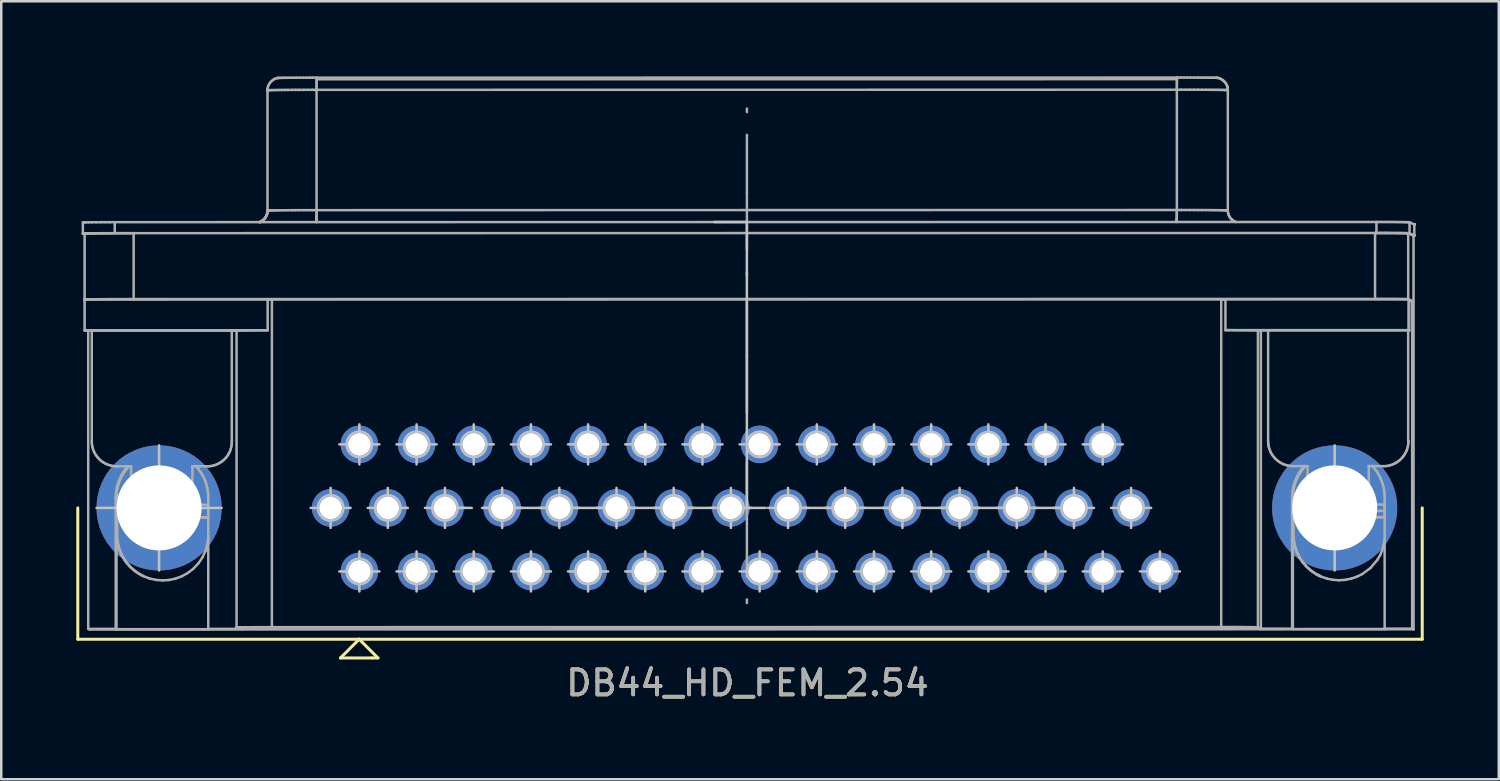
<source format=kicad_pcb>
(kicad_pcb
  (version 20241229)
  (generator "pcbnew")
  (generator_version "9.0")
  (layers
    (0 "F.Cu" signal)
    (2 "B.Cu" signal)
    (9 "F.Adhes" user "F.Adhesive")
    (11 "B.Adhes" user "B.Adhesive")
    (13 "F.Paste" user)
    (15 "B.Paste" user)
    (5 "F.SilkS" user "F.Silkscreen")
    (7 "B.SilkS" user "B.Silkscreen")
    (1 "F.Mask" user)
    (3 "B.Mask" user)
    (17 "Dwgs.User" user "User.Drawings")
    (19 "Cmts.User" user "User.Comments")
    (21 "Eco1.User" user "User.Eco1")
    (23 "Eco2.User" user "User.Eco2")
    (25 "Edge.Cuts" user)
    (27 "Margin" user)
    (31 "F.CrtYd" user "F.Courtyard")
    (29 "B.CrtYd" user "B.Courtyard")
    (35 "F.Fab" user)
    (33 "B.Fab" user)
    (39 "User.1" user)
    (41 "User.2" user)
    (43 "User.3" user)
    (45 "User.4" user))
  (footprint "DB44_HD_FEM_2.54"
    (layer "F.Cu")
    (at 26.81 17.259)
    (property "Reference" "DB44_HD_FEM_2.54" (at 0.025 6.997 0) (layer "F.SilkS") (effects (font (size 1 1) (thickness 0.15))))
    (attr through_hole)
    (fp_line (start -26.75 -0.003) (end -26.75 5.247) (stroke (width 0.12) (type solid)) (layer "F.SilkS"))
    (fp_line (start -26.75 5.247) (end 27 5.247) (stroke (width 0.12) (type solid)) (layer "F.SilkS"))
    (fp_line (start -16.25 5.997) (end -15 5.997) (stroke (width 0.12) (type solid)) (layer "F.SilkS"))
    (fp_line (start -15.5 5.247) (end -16.25 5.997) (stroke (width 0.12) (type solid)) (layer "F.SilkS"))
    (fp_line (start -15 5.997) (end -14.75 5.997) (stroke (width 0.12) (type solid)) (layer "F.SilkS"))
    (fp_line (start -14.75 5.997) (end -15.5 5.247) (stroke (width 0.12) (type solid)) (layer "F.SilkS"))
    (fp_line (start 27 5.247) (end 27 -0.003) (stroke (width 0.12) (type solid)) (layer "F.SilkS"))
    (fp_line (start -24.25 -0.003) (end -22.75 -0.003) (stroke (width 0.1) (type solid)) (layer "Dwgs.User"))
    (fp_line (start -24.238 -0.003) (end -26 -0.003) (stroke (width 0.1) (type solid)) (layer "Dwgs.User"))
    (fp_line (start -23.5 -0.741) (end -23.5 -2.503) (stroke (width 0.1) (type solid)) (layer "Dwgs.User"))
    (fp_line (start -23.5 0.051) (end -23.5 -0.057) (stroke (width 0.1) (type solid)) (layer "Dwgs.User"))
    (fp_line (start -23.5 0.747) (end -23.5 -0.753) (stroke (width 0.1) (type solid)) (layer "Dwgs.User"))
    (fp_line (start -23.5 2.497) (end -23.5 0.734) (stroke (width 0.1) (type solid)) (layer "Dwgs.User"))
    (fp_line (start -23.446 -0.003) (end -23.554 -0.003) (stroke (width 0.1) (type solid)) (layer "Dwgs.User"))
    (fp_line (start -21 -0.003) (end -22.762 -0.003) (stroke (width 0.1) (type solid)) (layer "Dwgs.User"))
    (fp_line (start -17.442 -0.003) (end -15.842 -0.003) (stroke (width 0.1) (type solid)) (layer "Dwgs.User"))
    (fp_line (start -16.642 0.797) (end -16.642 -0.803) (stroke (width 0.1) (type solid)) (layer "Dwgs.User"))
    (fp_line (start -16.292 -2.543) (end -14.692 -2.543) (stroke (width 0.1) (type solid)) (layer "Dwgs.User"))
    (fp_line (start -16.292 2.537) (end -14.692 2.537) (stroke (width 0.1) (type solid)) (layer "Dwgs.User"))
    (fp_line (start -15.492 -1.743) (end -15.492 -3.343) (stroke (width 0.1) (type solid)) (layer "Dwgs.User"))
    (fp_line (start -15.492 3.337) (end -15.492 1.737) (stroke (width 0.1) (type solid)) (layer "Dwgs.User"))
    (fp_line (start -15.156 -0.003) (end -13.556 -0.003) (stroke (width 0.1) (type solid)) (layer "Dwgs.User"))
    (fp_line (start -14.356 0.797) (end -14.356 -0.803) (stroke (width 0.1) (type solid)) (layer "Dwgs.User"))
    (fp_line (start -14.006 -2.543) (end -12.406 -2.543) (stroke (width 0.1) (type solid)) (layer "Dwgs.User"))
    (fp_line (start -14.006 2.537) (end -12.406 2.537) (stroke (width 0.1) (type solid)) (layer "Dwgs.User"))
    (fp_line (start -13.206 -1.743) (end -13.206 -3.343) (stroke (width 0.1) (type solid)) (layer "Dwgs.User"))
    (fp_line (start -13.206 3.337) (end -13.206 1.737) (stroke (width 0.1) (type solid)) (layer "Dwgs.User"))
    (fp_line (start -12.87 -0.003) (end -11.27 -0.003) (stroke (width 0.1) (type solid)) (layer "Dwgs.User"))
    (fp_line (start -12.5 -0.003) (end -11 -0.003) (stroke (width 0.1) (type solid)) (layer "Dwgs.User"))
    (fp_line (start -12.07 0.797) (end -12.07 -0.803) (stroke (width 0.1) (type solid)) (layer "Dwgs.User"))
    (fp_line (start -11.72 -2.543) (end -10.12 -2.543) (stroke (width 0.1) (type solid)) (layer "Dwgs.User"))
    (fp_line (start -11.72 2.537) (end -10.12 2.537) (stroke (width 0.1) (type solid)) (layer "Dwgs.User"))
    (fp_line (start -10.92 -1.743) (end -10.92 -3.343) (stroke (width 0.1) (type solid)) (layer "Dwgs.User"))
    (fp_line (start -10.92 3.337) (end -10.92 1.737) (stroke (width 0.1) (type solid)) (layer "Dwgs.User"))
    (fp_line (start -10.584 -0.003) (end -8.984 -0.003) (stroke (width 0.1) (type solid)) (layer "Dwgs.User"))
    (fp_line (start -10.5 -0.003) (end -1.25 -0.003) (stroke (width 0.1) (type solid)) (layer "Dwgs.User"))
    (fp_line (start -9.784 0.797) (end -9.784 -0.803) (stroke (width 0.1) (type solid)) (layer "Dwgs.User"))
    (fp_line (start -9.434 -2.543) (end -7.834 -2.543) (stroke (width 0.1) (type solid)) (layer "Dwgs.User"))
    (fp_line (start -9.434 2.537) (end -7.834 2.537) (stroke (width 0.1) (type solid)) (layer "Dwgs.User"))
    (fp_line (start -8.634 -1.743) (end -8.634 -3.343) (stroke (width 0.1) (type solid)) (layer "Dwgs.User"))
    (fp_line (start -8.634 3.337) (end -8.634 1.737) (stroke (width 0.1) (type solid)) (layer "Dwgs.User"))
    (fp_line (start -8.298 -0.003) (end -6.698 -0.003) (stroke (width 0.1) (type solid)) (layer "Dwgs.User"))
    (fp_line (start -7.498 0.797) (end -7.498 -0.803) (stroke (width 0.1) (type solid)) (layer "Dwgs.User"))
    (fp_line (start -7.148 -2.543) (end -5.548 -2.543) (stroke (width 0.1) (type solid)) (layer "Dwgs.User"))
    (fp_line (start -7.148 2.537) (end -5.548 2.537) (stroke (width 0.1) (type solid)) (layer "Dwgs.User"))
    (fp_line (start -6.348 -1.743) (end -6.348 -3.343) (stroke (width 0.1) (type solid)) (layer "Dwgs.User"))
    (fp_line (start -6.348 3.337) (end -6.348 1.737) (stroke (width 0.1) (type solid)) (layer "Dwgs.User"))
    (fp_line (start -6.012 -0.003) (end -4.412 -0.003) (stroke (width 0.1) (type solid)) (layer "Dwgs.User"))
    (fp_line (start -5.212 0.797) (end -5.212 -0.803) (stroke (width 0.1) (type solid)) (layer "Dwgs.User"))
    (fp_line (start -4.862 -2.543) (end -3.262 -2.543) (stroke (width 0.1) (type solid)) (layer "Dwgs.User"))
    (fp_line (start -4.862 2.537) (end -3.262 2.537) (stroke (width 0.1) (type solid)) (layer "Dwgs.User"))
    (fp_line (start -4.062 -1.743) (end -4.062 -3.343) (stroke (width 0.1) (type solid)) (layer "Dwgs.User"))
    (fp_line (start -4.062 3.337) (end -4.062 1.737) (stroke (width 0.1) (type solid)) (layer "Dwgs.User"))
    (fp_line (start -3.726 -0.003) (end -2.126 -0.003) (stroke (width 0.1) (type solid)) (layer "Dwgs.User"))
    (fp_line (start -2.926 0.797) (end -2.926 -0.803) (stroke (width 0.1) (type solid)) (layer "Dwgs.User"))
    (fp_line (start -2.576 -2.543) (end -0.976 -2.543) (stroke (width 0.1) (type solid)) (layer "Dwgs.User"))
    (fp_line (start -2.576 2.537) (end -0.976 2.537) (stroke (width 0.1) (type solid)) (layer "Dwgs.User"))
    (fp_line (start -1.776 -1.743) (end -1.776 -3.343) (stroke (width 0.1) (type solid)) (layer "Dwgs.User"))
    (fp_line (start -1.776 3.337) (end -1.776 1.737) (stroke (width 0.1) (type solid)) (layer "Dwgs.User"))
    (fp_line (start -1.44 -0.003) (end 0.16 -0.003) (stroke (width 0.1) (type solid)) (layer "Dwgs.User"))
    (fp_line (start -0.75 -0.003) (end 0.75 -0.003) (stroke (width 0.1) (type solid)) (layer "Dwgs.User"))
    (fp_line (start -0.64 0.797) (end -0.64 -0.803) (stroke (width 0.1) (type solid)) (layer "Dwgs.User"))
    (fp_line (start -0.29 -2.543) (end 1.31 -2.543) (stroke (width 0.1) (type solid)) (layer "Dwgs.User"))
    (fp_line (start -0.29 2.537) (end 1.31 2.537) (stroke (width 0.1) (type solid)) (layer "Dwgs.User"))
    (fp_line (start -0.000185 -11.433) (end -1.301 -11.433) (stroke (width 0.1) (type solid)) (layer "Dwgs.User"))
    (fp_line (start -0.000185 -0.003) (end -0.000185 -11.433) (stroke (width 0.1) (type solid)) (layer "Dwgs.User"))
    (fp_line (start -0.000185 2.46) (end -0.000185 2.583) (stroke (width 0.1) (type solid)) (layer "Dwgs.User"))
    (fp_line (start 0.51 3.337) (end 0.51 1.737) (stroke (width 0.1) (type solid)) (layer "Dwgs.User"))
    (fp_line (start 0.846 -0.003) (end 2.446 -0.003) (stroke (width 0.1) (type solid)) (layer "Dwgs.User"))
    (fp_line (start 1.25 -0.003) (end 10.5 -0.003) (stroke (width 0.1) (type solid)) (layer "Dwgs.User"))
    (fp_line (start 1.646 0.797) (end 1.646 -0.803) (stroke (width 0.1) (type solid)) (layer "Dwgs.User"))
    (fp_line (start 1.996 -2.543) (end 3.596 -2.543) (stroke (width 0.1) (type solid)) (layer "Dwgs.User"))
    (fp_line (start 1.996 2.537) (end 3.596 2.537) (stroke (width 0.1) (type solid)) (layer "Dwgs.User"))
    (fp_line (start 2.796 -1.743) (end 2.796 -3.343) (stroke (width 0.1) (type solid)) (layer "Dwgs.User"))
    (fp_line (start 2.796 3.337) (end 2.796 1.737) (stroke (width 0.1) (type solid)) (layer "Dwgs.User"))
    (fp_line (start 3.132 -0.003) (end 4.732 -0.003) (stroke (width 0.1) (type solid)) (layer "Dwgs.User"))
    (fp_line (start 3.932 0.797) (end 3.932 -0.803) (stroke (width 0.1) (type solid)) (layer "Dwgs.User"))
    (fp_line (start 4.282 -2.543) (end 5.882 -2.543) (stroke (width 0.1) (type solid)) (layer "Dwgs.User"))
    (fp_line (start 4.282 2.537) (end 5.882 2.537) (stroke (width 0.1) (type solid)) (layer "Dwgs.User"))
    (fp_line (start 5.082 -1.743) (end 5.082 -3.343) (stroke (width 0.1) (type solid)) (layer "Dwgs.User"))
    (fp_line (start 5.082 3.337) (end 5.082 1.737) (stroke (width 0.1) (type solid)) (layer "Dwgs.User"))
    (fp_line (start 5.418 -0.003) (end 7.018 -0.003) (stroke (width 0.1) (type solid)) (layer "Dwgs.User"))
    (fp_line (start 6.218 0.797) (end 6.218 -0.803) (stroke (width 0.1) (type solid)) (layer "Dwgs.User"))
    (fp_line (start 6.568 -2.543) (end 8.168 -2.543) (stroke (width 0.1) (type solid)) (layer "Dwgs.User"))
    (fp_line (start 6.568 2.537) (end 8.168 2.537) (stroke (width 0.1) (type solid)) (layer "Dwgs.User"))
    (fp_line (start 7.368 -1.743) (end 7.368 -3.343) (stroke (width 0.1) (type solid)) (layer "Dwgs.User"))
    (fp_line (start 7.368 3.337) (end 7.368 1.737) (stroke (width 0.1) (type solid)) (layer "Dwgs.User"))
    (fp_line (start 7.704 -0.003) (end 9.304 -0.003) (stroke (width 0.1) (type solid)) (layer "Dwgs.User"))
    (fp_line (start 8.504 0.797) (end 8.504 -0.803) (stroke (width 0.1) (type solid)) (layer "Dwgs.User"))
    (fp_line (start 8.854 -2.543) (end 10.454 -2.543) (stroke (width 0.1) (type solid)) (layer "Dwgs.User"))
    (fp_line (start 8.854 2.537) (end 10.454 2.537) (stroke (width 0.1) (type solid)) (layer "Dwgs.User"))
    (fp_line (start 9.654 -1.743) (end 9.654 -3.343) (stroke (width 0.1) (type solid)) (layer "Dwgs.User"))
    (fp_line (start 9.654 1.737) (end 9.654 3.337) (stroke (width 0.1) (type solid)) (layer "Dwgs.User"))
    (fp_line (start 9.99 -0.003) (end 11.59 -0.003) (stroke (width 0.1) (type solid)) (layer "Dwgs.User"))
    (fp_line (start 10.79 0.797) (end 10.79 -0.803) (stroke (width 0.1) (type solid)) (layer "Dwgs.User"))
    (fp_line (start 11 -0.003) (end 12.5 -0.003) (stroke (width 0.1) (type solid)) (layer "Dwgs.User"))
    (fp_line (start 11.14 -2.543) (end 12.74 -2.543) (stroke (width 0.1) (type solid)) (layer "Dwgs.User"))
    (fp_line (start 11.14 2.537) (end 12.74 2.537) (stroke (width 0.1) (type solid)) (layer "Dwgs.User"))
    (fp_line (start 11.94 -1.743) (end 11.94 -3.343) (stroke (width 0.1) (type solid)) (layer "Dwgs.User"))
    (fp_line (start 11.94 1.737) (end 11.94 3.337) (stroke (width 0.1) (type solid)) (layer "Dwgs.User"))
    (fp_line (start 12.276 -0.003) (end 13.876 -0.003) (stroke (width 0.1) (type solid)) (layer "Dwgs.User"))
    (fp_line (start 13.076 0.797) (end 13.076 -0.803) (stroke (width 0.1) (type solid)) (layer "Dwgs.User"))
    (fp_line (start 13.426 -2.543) (end 15.026 -2.543) (stroke (width 0.1) (type solid)) (layer "Dwgs.User"))
    (fp_line (start 13.426 2.537) (end 15.026 2.537) (stroke (width 0.1) (type solid)) (layer "Dwgs.User"))
    (fp_line (start 14.226 -1.743) (end 14.226 -3.343) (stroke (width 0.1) (type solid)) (layer "Dwgs.User"))
    (fp_line (start 14.226 1.737) (end 14.226 3.337) (stroke (width 0.1) (type solid)) (layer "Dwgs.User"))
    (fp_line (start 14.562 -0.003) (end 16.162 -0.003) (stroke (width 0.1) (type solid)) (layer "Dwgs.User"))
    (fp_line (start 15.362 0.797) (end 15.362 -0.803) (stroke (width 0.1) (type solid)) (layer "Dwgs.User"))
    (fp_line (start 15.712 2.537) (end 17.312 2.537) (stroke (width 0.1) (type solid)) (layer "Dwgs.User"))
    (fp_line (start 16.512 1.737) (end 16.512 3.337) (stroke (width 0.1) (type solid)) (layer "Dwgs.User"))
    (fp_line (start 22.75 -0.003) (end 24.25 -0.003) (stroke (width 0.1) (type solid)) (layer "Dwgs.User"))
    (fp_line (start 23.5 -0.741) (end 23.5 -2.503) (stroke (width 0.1) (type solid)) (layer "Dwgs.User"))
    (fp_line (start 23.5 0.051) (end 23.5 -0.057) (stroke (width 0.1) (type solid)) (layer "Dwgs.User"))
    (fp_line (start 23.5 0.747) (end 23.5 -0.753) (stroke (width 0.1) (type solid)) (layer "Dwgs.User"))
    (fp_line (start 23.5 2.497) (end 23.5 0.734) (stroke (width 0.1) (type solid)) (layer "Dwgs.User"))
    (fp_circle (center -23.5 -0.003) (end -21.9 -0.003) (stroke (width 0.1) (type solid)) (fill no) (layer "Dwgs.User"))
    (fp_circle (center -16.642 -0.003) (end -16.132 -0.003) (stroke (width 0.1) (type solid)) (fill no) (layer "Dwgs.User"))
    (fp_circle (center -15.492 -2.543) (end -14.982 -2.543) (stroke (width 0.1) (type solid)) (fill no) (layer "Dwgs.User"))
    (fp_circle (center -15.492 2.537) (end -14.982 2.537) (stroke (width 0.1) (type solid)) (fill no) (layer "Dwgs.User"))
    (fp_circle (center -14.356 -0.003) (end -13.846 -0.003) (stroke (width 0.1) (type solid)) (fill no) (layer "Dwgs.User"))
    (fp_circle (center -13.206 -2.543) (end -12.696 -2.543) (stroke (width 0.1) (type solid)) (fill no) (layer "Dwgs.User"))
    (fp_circle (center -13.206 2.537) (end -12.696 2.537) (stroke (width 0.1) (type solid)) (fill no) (layer "Dwgs.User"))
    (fp_circle (center -12.07 -0.003) (end -11.56 -0.003) (stroke (width 0.1) (type solid)) (fill no) (layer "Dwgs.User"))
    (fp_circle (center -10.92 -2.543) (end -10.41 -2.543) (stroke (width 0.1) (type solid)) (fill no) (layer "Dwgs.User"))
    (fp_circle (center -10.92 2.537) (end -10.41 2.537) (stroke (width 0.1) (type solid)) (fill no) (layer "Dwgs.User"))
    (fp_circle (center -9.784 -0.003) (end -9.274 -0.003) (stroke (width 0.1) (type solid)) (fill no) (layer "Dwgs.User"))
    (fp_circle (center -8.634 -2.543) (end -8.124 -2.543) (stroke (width 0.1) (type solid)) (fill no) (layer "Dwgs.User"))
    (fp_circle (center -8.634 2.537) (end -8.124 2.537) (stroke (width 0.1) (type solid)) (fill no) (layer "Dwgs.User"))
    (fp_circle (center -7.498 -0.003) (end -6.988 -0.003) (stroke (width 0.1) (type solid)) (fill no) (layer "Dwgs.User"))
    (fp_circle (center -6.348 -2.543) (end -5.838 -2.543) (stroke (width 0.1) (type solid)) (fill no) (layer "Dwgs.User"))
    (fp_circle (center -6.348 2.537) (end -5.838 2.537) (stroke (width 0.1) (type solid)) (fill no) (layer "Dwgs.User"))
    (fp_circle (center -5.212 -0.003) (end -4.702 -0.003) (stroke (width 0.1) (type solid)) (fill no) (layer "Dwgs.User"))
    (fp_circle (center -4.062 -2.543) (end -3.552 -2.543) (stroke (width 0.1) (type solid)) (fill no) (layer "Dwgs.User"))
    (fp_circle (center -4.062 2.537) (end -3.552 2.537) (stroke (width 0.1) (type solid)) (fill no) (layer "Dwgs.User"))
    (fp_circle (center -2.926 -0.003) (end -2.416 -0.003) (stroke (width 0.1) (type solid)) (fill no) (layer "Dwgs.User"))
    (fp_circle (center -1.776 -2.543) (end -1.266 -2.543) (stroke (width 0.1) (type solid)) (fill no) (layer "Dwgs.User"))
    (fp_circle (center -1.776 2.537) (end -1.266 2.537) (stroke (width 0.1) (type solid)) (fill no) (layer "Dwgs.User"))
    (fp_circle (center -0.64 -0.003) (end -0.13 -0.003) (stroke (width 0.1) (type solid)) (fill no) (layer "Dwgs.User"))
    (fp_circle (center 0.51 -2.543) (end 1.02 -2.543) (stroke (width 0.1) (type solid)) (fill no) (layer "Dwgs.User"))
    (fp_circle (center 0.51 2.537) (end 1.02 2.537) (stroke (width 0.1) (type solid)) (fill no) (layer "Dwgs.User"))
    (fp_circle (center 1.646 -0.003) (end 2.156 -0.003) (stroke (width 0.1) (type solid)) (fill no) (layer "Dwgs.User"))
    (fp_circle (center 2.796 -2.543) (end 3.306 -2.543) (stroke (width 0.1) (type solid)) (fill no) (layer "Dwgs.User"))
    (fp_circle (center 2.796 2.537) (end 3.306 2.537) (stroke (width 0.1) (type solid)) (fill no) (layer "Dwgs.User"))
    (fp_circle (center 3.932 -0.003) (end 4.442 -0.003) (stroke (width 0.1) (type solid)) (fill no) (layer "Dwgs.User"))
    (fp_circle (center 5.082 -2.543) (end 5.582 -2.543) (stroke (width 0.1) (type solid)) (fill no) (layer "Dwgs.User"))
    (fp_circle (center 5.082 2.537) (end 5.592 2.537) (stroke (width 0.1) (type solid)) (fill no) (layer "Dwgs.User"))
    (fp_circle (center 6.218 -0.003) (end 6.728 -0.003) (stroke (width 0.1) (type solid)) (fill no) (layer "Dwgs.User"))
    (fp_circle (center 7.368 -2.543) (end 7.868 -2.543) (stroke (width 0.1) (type solid)) (fill no) (layer "Dwgs.User"))
    (fp_circle (center 7.368 2.537) (end 7.878 2.537) (stroke (width 0.1) (type solid)) (fill no) (layer "Dwgs.User"))
    (fp_circle (center 8.504 -0.003) (end 9.014 -0.003) (stroke (width 0.1) (type solid)) (fill no) (layer "Dwgs.User"))
    (fp_circle (center 9.654 -2.543) (end 10.154 -2.543) (stroke (width 0.1) (type solid)) (fill no) (layer "Dwgs.User"))
    (fp_circle (center 9.654 2.537) (end 10.154 2.537) (stroke (width 0.1) (type solid)) (fill no) (layer "Dwgs.User"))
    (fp_circle (center 10.79 -0.003) (end 11.3 -0.003) (stroke (width 0.1) (type solid)) (fill no) (layer "Dwgs.User"))
    (fp_circle (center 11.94 -2.543) (end 12.44 -2.543) (stroke (width 0.1) (type solid)) (fill no) (layer "Dwgs.User"))
    (fp_circle (center 11.94 2.537) (end 12.44 2.537) (stroke (width 0.1) (type solid)) (fill no) (layer "Dwgs.User"))
    (fp_circle (center 13.076 -0.003) (end 13.586 -0.003) (stroke (width 0.1) (type solid)) (fill no) (layer "Dwgs.User"))
    (fp_circle (center 14.226 -2.543) (end 14.726 -2.543) (stroke (width 0.1) (type solid)) (fill no) (layer "Dwgs.User"))
    (fp_circle (center 14.226 2.537) (end 14.726 2.537) (stroke (width 0.1) (type solid)) (fill no) (layer "Dwgs.User"))
    (fp_circle (center 15.362 -0.003) (end 15.872 -0.003) (stroke (width 0.1) (type solid)) (fill no) (layer "Dwgs.User"))
    (fp_circle (center 16.512 2.537) (end 17.012 2.537) (stroke (width 0.1) (type solid)) (fill no) (layer "Dwgs.User"))
    (fp_circle (center 23.5 -0.003) (end 25.1 -0.003) (stroke (width 0.1) (type solid)) (fill no) (layer "Dwgs.User"))
    (fp_line (start -26.547 -11.415) (end -26.547 -10.975) (stroke (width 0.1) (type solid)) (layer "F.Fab"))
    (fp_line (start -26.547 -10.975) (end -26.547 -10.975) (stroke (width 0.1) (type solid)) (layer "F.Fab"))
    (fp_line (start -26.547 -11.415) (end -26.537 -11.417) (stroke (width 0.1) (type solid)) (layer "F.Fab"))
    (fp_line (start -26.547 -10.975) (end -26.545 -10.976) (stroke (width 0.1) (type solid)) (layer "F.Fab"))
    (fp_line (start -26.545 -10.976) (end -26.535 -10.977) (stroke (width 0.1) (type solid)) (layer "F.Fab"))
    (fp_line (start -26.537 -11.417) (end -26.497 -11.418) (stroke (width 0.1) (type solid)) (layer "F.Fab"))
    (fp_line (start -26.535 -10.977) (end -26.517 -10.978) (stroke (width 0.1) (type solid)) (layer "F.Fab"))
    (fp_line (start -26.517 -10.978) (end -26.491 -10.979) (stroke (width 0.1) (type solid)) (layer "F.Fab"))
    (fp_line (start -26.497 -11.418) (end -26.424 -11.42) (stroke (width 0.1) (type solid)) (layer "F.Fab"))
    (fp_line (start -26.491 -10.979) (end -26.457 -10.979) (stroke (width 0.1) (type solid)) (layer "F.Fab"))
    (fp_line (start -26.478 -10.969) (end -26.478 -8.334) (stroke (width 0.1) (type solid)) (layer "F.Fab"))
    (fp_line (start -26.478 -10.944) (end -26.547 -10.975) (stroke (width 0.1) (type solid)) (layer "F.Fab"))
    (fp_line (start -26.478 -8.334) (end -26.478 -8.334) (stroke (width 0.1) (type solid)) (layer "F.Fab"))
    (fp_line (start -26.478 -8.334) (end -26.475 -8.335) (stroke (width 0.1) (type solid)) (layer "F.Fab"))
    (fp_line (start -26.478 -7.104) (end -26.478 -8.334) (stroke (width 0.1) (type solid)) (layer "F.Fab"))
    (fp_line (start -26.478 -7.104) (end -19.159 -7.105) (stroke (width 0.1) (type solid)) (layer "F.Fab"))
    (fp_line (start -26.478 -8.334) (end -19.159 -8.335) (stroke (width 0.1) (type solid)) (layer "F.Fab"))
    (fp_line (start -26.475 -10.97) (end -26.478 -10.969) (stroke (width 0.1) (type solid)) (layer "F.Fab"))
    (fp_line (start -26.475 -8.335) (end -26.46 -8.337) (stroke (width 0.1) (type solid)) (layer "F.Fab"))
    (fp_line (start -26.46 -10.971) (end -26.475 -10.97) (stroke (width 0.1) (type solid)) (layer "F.Fab"))
    (fp_line (start -26.46 -8.337) (end -26.432 -8.338) (stroke (width 0.1) (type solid)) (layer "F.Fab"))
    (fp_line (start -26.457 -10.979) (end -26.416 -10.98) (stroke (width 0.1) (type solid)) (layer "F.Fab"))
    (fp_line (start -26.45 -7.104) (end -26.45 -7.091) (stroke (width 0.1) (type solid)) (layer "F.Fab"))
    (fp_line (start -26.45 -7.091) (end -26.478 -7.104) (stroke (width 0.1) (type solid)) (layer "F.Fab"))
    (fp_line (start -26.432 -10.973) (end -26.46 -10.971) (stroke (width 0.1) (type solid)) (layer "F.Fab"))
    (fp_line (start -26.432 -8.338) (end -26.393 -8.339) (stroke (width 0.1) (type solid)) (layer "F.Fab"))
    (fp_line (start -26.424 -11.42) (end -26.319 -11.422) (stroke (width 0.1) (type solid)) (layer "F.Fab"))
    (fp_line (start -26.416 -10.98) (end -26.367 -10.981) (stroke (width 0.1) (type solid)) (layer "F.Fab"))
    (fp_line (start -26.393 -8.339) (end -26.34 -8.341) (stroke (width 0.1) (type solid)) (layer "F.Fab"))
    (fp_line (start -26.393 -10.974) (end -26.432 -10.973) (stroke (width 0.1) (type solid)) (layer "F.Fab"))
    (fp_line (start -26.367 -10.981) (end -26.312 -10.982) (stroke (width 0.1) (type solid)) (layer "F.Fab"))
    (fp_line (start -26.34 -8.341) (end -26.277 -8.342) (stroke (width 0.1) (type solid)) (layer "F.Fab"))
    (fp_line (start -26.34 -10.975) (end -26.393 -10.974) (stroke (width 0.1) (type solid)) (layer "F.Fab"))
    (fp_line (start -26.333 4.832) (end -26.333 -7.091) (stroke (width 0.1) (type solid)) (layer "F.Fab"))
    (fp_line (start -26.333 4.832) (end -25.233 4.832) (stroke (width 0.1) (type solid)) (layer "F.Fab"))
    (fp_line (start -26.319 -11.422) (end -26.184 -11.423) (stroke (width 0.1) (type solid)) (layer "F.Fab"))
    (fp_line (start -26.312 -10.982) (end -26.25 -10.983) (stroke (width 0.1) (type solid)) (layer "F.Fab"))
    (fp_line (start -26.277 4.858) (end -26.333 4.832) (stroke (width 0.1) (type solid)) (layer "F.Fab"))
    (fp_line (start -26.277 -8.342) (end -26.202 -8.343) (stroke (width 0.1) (type solid)) (layer "F.Fab"))
    (fp_line (start -26.277 -10.977) (end -26.34 -10.975) (stroke (width 0.1) (type solid)) (layer "F.Fab"))
    (fp_line (start -26.25 -10.983) (end -26.184 -10.983) (stroke (width 0.1) (type solid)) (layer "F.Fab"))
    (fp_line (start -26.202 -8.343) (end -26.116 -8.344) (stroke (width 0.1) (type solid)) (layer "F.Fab"))
    (fp_line (start -26.202 -10.978) (end -26.277 -10.977) (stroke (width 0.1) (type solid)) (layer "F.Fab"))
    (fp_line (start -26.192 -2.667) (end -26.192 -7.091) (stroke (width 0.1) (type solid)) (layer "F.Fab"))
    (fp_line (start -26.189 -2.59) (end -26.192 -2.667) (stroke (width 0.1) (type solid)) (layer "F.Fab"))
    (fp_line (start -26.184 -10.983) (end -26.112 -10.984) (stroke (width 0.1) (type solid)) (layer "F.Fab"))
    (fp_line (start -26.184 -11.423) (end -26.023 -11.424) (stroke (width 0.1) (type solid)) (layer "F.Fab"))
    (fp_line (start -26.18 -2.512) (end -26.189 -2.59) (stroke (width 0.1) (type solid)) (layer "F.Fab"))
    (fp_line (start -26.165 -2.435) (end -26.18 -2.512) (stroke (width 0.1) (type solid)) (layer "F.Fab"))
    (fp_line (start -26.144 -2.359) (end -26.165 -2.435) (stroke (width 0.1) (type solid)) (layer "F.Fab"))
    (fp_line (start -26.116 -8.344) (end -26.022 -8.345) (stroke (width 0.1) (type solid)) (layer "F.Fab"))
    (fp_line (start -26.116 -10.979) (end -26.202 -10.978) (stroke (width 0.1) (type solid)) (layer "F.Fab"))
    (fp_line (start -26.116 -2.284) (end -26.144 -2.359) (stroke (width 0.1) (type solid)) (layer "F.Fab"))
    (fp_line (start -26.112 -10.984) (end -26.033 -10.984) (stroke (width 0.1) (type solid)) (layer "F.Fab"))
    (fp_line (start -26.083 -2.212) (end -26.116 -2.284) (stroke (width 0.1) (type solid)) (layer "F.Fab"))
    (fp_line (start -26.044 -2.143) (end -26.083 -2.212) (stroke (width 0.1) (type solid)) (layer "F.Fab"))
    (fp_line (start -26.033 -10.984) (end -25.949 -10.985) (stroke (width 0.1) (type solid)) (layer "F.Fab"))
    (fp_line (start -26.023 -11.424) (end -25.843 -11.425) (stroke (width 0.1) (type solid)) (layer "F.Fab"))
    (fp_line (start -26.022 -8.345) (end -25.919 -8.346) (stroke (width 0.1) (type solid)) (layer "F.Fab"))
    (fp_line (start -26.022 -10.98) (end -26.116 -10.979) (stroke (width 0.1) (type solid)) (layer "F.Fab"))
    (fp_line (start -26 -2.078) (end -26.044 -2.143) (stroke (width 0.1) (type solid)) (layer "F.Fab"))
    (fp_line (start -25.952 -2.016) (end -26 -2.078) (stroke (width 0.1) (type solid)) (layer "F.Fab"))
    (fp_line (start -25.949 -10.985) (end -25.86 -10.985) (stroke (width 0.1) (type solid)) (layer "F.Fab"))
    (fp_line (start -25.919 -8.346) (end -25.808 -8.347) (stroke (width 0.1) (type solid)) (layer "F.Fab"))
    (fp_line (start -25.919 -10.981) (end -26.022 -10.98) (stroke (width 0.1) (type solid)) (layer "F.Fab"))
    (fp_line (start -25.899 -1.96) (end -25.952 -2.016) (stroke (width 0.1) (type solid)) (layer "F.Fab"))
    (fp_line (start -25.86 -10.985) (end -25.768 -10.986) (stroke (width 0.1) (type solid)) (layer "F.Fab"))
    (fp_line (start -25.843 -11.425) (end -25.653 -11.426) (stroke (width 0.1) (type solid)) (layer "F.Fab"))
    (fp_line (start -25.843 -1.907) (end -25.899 -1.96) (stroke (width 0.1) (type solid)) (layer "F.Fab"))
    (fp_line (start -25.808 -8.347) (end -25.688 -8.348) (stroke (width 0.1) (type solid)) (layer "F.Fab"))
    (fp_line (start -25.808 -10.982) (end -25.919 -10.981) (stroke (width 0.1) (type solid)) (layer "F.Fab"))
    (fp_line (start -25.782 -1.859) (end -25.843 -1.907) (stroke (width 0.1) (type solid)) (layer "F.Fab"))
    (fp_line (start -25.768 -10.986) (end -25.671 -10.986) (stroke (width 0.1) (type solid)) (layer "F.Fab"))
    (fp_line (start -25.716 -1.815) (end -25.782 -1.859) (stroke (width 0.1) (type solid)) (layer "F.Fab"))
    (fp_line (start -25.688 -8.348) (end -25.559 -8.349) (stroke (width 0.1) (type solid)) (layer "F.Fab"))
    (fp_line (start -25.688 -10.983) (end -25.808 -10.982) (stroke (width 0.1) (type solid)) (layer "F.Fab"))
    (fp_line (start -25.671 -10.986) (end -25.573 -10.986) (stroke (width 0.1) (type solid)) (layer "F.Fab"))
    (fp_line (start -25.653 -11.426) (end -25.46 -11.426) (stroke (width 0.1) (type solid)) (layer "F.Fab"))
    (fp_line (start -25.647 -1.776) (end -25.716 -1.815) (stroke (width 0.1) (type solid)) (layer "F.Fab"))
    (fp_line (start -25.575 -1.743) (end -25.647 -1.776) (stroke (width 0.1) (type solid)) (layer "F.Fab"))
    (fp_line (start -25.573 -10.986) (end -25.473 -10.986) (stroke (width 0.1) (type solid)) (layer "F.Fab"))
    (fp_line (start -25.559 -8.349) (end -25.422 -8.35) (stroke (width 0.1) (type solid)) (layer "F.Fab"))
    (fp_line (start -25.559 -10.984) (end -25.688 -10.983) (stroke (width 0.1) (type solid)) (layer "F.Fab"))
    (fp_line (start -25.5 -1.716) (end -25.575 -1.743) (stroke (width 0.1) (type solid)) (layer "F.Fab"))
    (fp_line (start -25.473 -10.986) (end -25.372 -10.987) (stroke (width 0.1) (type solid)) (layer "F.Fab"))
    (fp_line (start -25.46 -11.426) (end -25.272 -11.427) (stroke (width 0.1) (type solid)) (layer "F.Fab"))
    (fp_line (start -25.424 -1.694) (end -25.5 -1.716) (stroke (width 0.1) (type solid)) (layer "F.Fab"))
    (fp_line (start -25.422 -8.35) (end -25.279 -8.35) (stroke (width 0.1) (type solid)) (layer "F.Fab"))
    (fp_line (start -25.422 -10.985) (end -25.559 -10.984) (stroke (width 0.1) (type solid)) (layer "F.Fab"))
    (fp_line (start -25.372 -10.987) (end -25.272 -10.987) (stroke (width 0.1) (type solid)) (layer "F.Fab"))
    (fp_line (start -25.347 -1.679) (end -25.424 -1.694) (stroke (width 0.1) (type solid)) (layer "F.Fab"))
    (fp_line (start -25.279 -8.35) (end -25.131 -8.351) (stroke (width 0.1) (type solid)) (layer "F.Fab"))
    (fp_line (start -25.279 -10.985) (end -25.422 -10.985) (stroke (width 0.1) (type solid)) (layer "F.Fab"))
    (fp_line (start -25.272 -10.987) (end -25.272 -11.427) (stroke (width 0.1) (type solid)) (layer "F.Fab"))
    (fp_line (start -25.272 -10.987) (end 25.169 -10.994) (stroke (width 0.1) (type solid)) (layer "F.Fab"))
    (fp_line (start -25.272 -11.427) (end 25.169 -11.434) (stroke (width 0.1) (type solid)) (layer "F.Fab"))
    (fp_line (start -25.269 -1.67) (end -25.347 -1.679) (stroke (width 0.1) (type solid)) (layer "F.Fab"))
    (fp_line (start -25.233 4.832) (end -25.202 4.846) (stroke (width 0.1) (type solid)) (layer "F.Fab"))
    (fp_line (start -25.233 -0.418) (end -25.233 4.832) (stroke (width 0.1) (type solid)) (layer "F.Fab"))
    (fp_line (start -25.229 -0.543) (end -25.233 -0.418) (stroke (width 0.1) (type solid)) (layer "F.Fab"))
    (fp_line (start -25.216 -0.67) (end -25.229 -0.543) (stroke (width 0.1) (type solid)) (layer "F.Fab"))
    (fp_line (start -25.206 -0.405) (end -25.233 -0.418) (stroke (width 0.1) (type solid)) (layer "F.Fab"))
    (fp_line (start -25.202 4.846) (end -21.503 4.846) (stroke (width 0.1) (type solid)) (layer "F.Fab"))
    (fp_line (start -25.202 1.046) (end -25.202 4.846) (stroke (width 0.1) (type solid)) (layer "F.Fab"))
    (fp_line (start -25.202 -0.532) (end -25.206 -0.405) (stroke (width 0.1) (type solid)) (layer "F.Fab"))
    (fp_line (start -25.193 -0.8) (end -25.216 -0.67) (stroke (width 0.1) (type solid)) (layer "F.Fab"))
    (fp_line (start -25.192 -1.667) (end -25.269 -1.67) (stroke (width 0.1) (type solid)) (layer "F.Fab"))
    (fp_line (start -25.192 -1.667) (end -24.618 -1.667) (stroke (width 0.1) (type solid)) (layer "F.Fab"))
    (fp_line (start -25.188 -0.662) (end -25.202 -0.532) (stroke (width 0.1) (type solid)) (layer "F.Fab"))
    (fp_line (start -25.183 1.314) (end -25.202 1.046) (stroke (width 0.1) (type solid)) (layer "F.Fab"))
    (fp_line (start -25.177 1.058) (end -25.202 1.046) (stroke (width 0.1) (type solid)) (layer "F.Fab"))
    (fp_line (start -25.177 -0.126) (end -24.618 -0.133) (stroke (width 0.1) (type solid)) (layer "F.Fab"))
    (fp_line (start -25.177 0.374) (end -24.544 0.366) (stroke (width 0.1) (type solid)) (layer "F.Fab"))
    (fp_line (start -25.177 1.058) (end -25.168 1.248) (stroke (width 0.1) (type solid)) (layer "F.Fab"))
    (fp_line (start -25.177 -0.556) (end -25.177 1.058) (stroke (width 0.1) (type solid)) (layer "F.Fab"))
    (fp_line (start -25.168 1.248) (end -25.137 1.443) (stroke (width 0.1) (type solid)) (layer "F.Fab"))
    (fp_line (start -25.165 -0.793) (end -25.188 -0.662) (stroke (width 0.1) (type solid)) (layer "F.Fab"))
    (fp_line (start -25.161 -0.93) (end -25.193 -0.8) (stroke (width 0.1) (type solid)) (layer "F.Fab"))
    (fp_line (start -25.137 1.443) (end -25.084 1.639) (stroke (width 0.1) (type solid)) (layer "F.Fab"))
    (fp_line (start -25.131 -8.351) (end -24.979 -8.351) (stroke (width 0.1) (type solid)) (layer "F.Fab"))
    (fp_line (start -25.131 -10.986) (end -25.279 -10.985) (stroke (width 0.1) (type solid)) (layer "F.Fab"))
    (fp_line (start -25.131 -0.925) (end -25.165 -0.793) (stroke (width 0.1) (type solid)) (layer "F.Fab"))
    (fp_line (start -25.121 1.59) (end -25.183 1.314) (stroke (width 0.1) (type solid)) (layer "F.Fab"))
    (fp_line (start -25.118 -1.06) (end -25.161 -0.93) (stroke (width 0.1) (type solid)) (layer "F.Fab"))
    (fp_line (start -25.086 -1.056) (end -25.131 -0.925) (stroke (width 0.1) (type solid)) (layer "F.Fab"))
    (fp_line (start -25.084 1.639) (end -25.007 1.834) (stroke (width 0.1) (type solid)) (layer "F.Fab"))
    (fp_line (start -25.065 -1.188) (end -25.118 -1.06) (stroke (width 0.1) (type solid)) (layer "F.Fab"))
    (fp_line (start -25.031 -1.186) (end -25.086 -1.056) (stroke (width 0.1) (type solid)) (layer "F.Fab"))
    (fp_line (start -25.012 1.863) (end -25.121 1.59) (stroke (width 0.1) (type solid)) (layer "F.Fab"))
    (fp_line (start -25.007 1.834) (end -24.906 2.022) (stroke (width 0.1) (type solid)) (layer "F.Fab"))
    (fp_line (start -25.001 -1.314) (end -25.065 -1.188) (stroke (width 0.1) (type solid)) (layer "F.Fab"))
    (fp_line (start -24.979 -8.351) (end -24.825 -8.351) (stroke (width 0.1) (type solid)) (layer "F.Fab"))
    (fp_line (start -24.979 -10.986) (end -25.131 -10.986) (stroke (width 0.1) (type solid)) (layer "F.Fab"))
    (fp_line (start -24.965 -1.313) (end -25.031 -1.186) (stroke (width 0.1) (type solid)) (layer "F.Fab"))
    (fp_line (start -24.928 -1.436) (end -25.001 -1.314) (stroke (width 0.1) (type solid)) (layer "F.Fab"))
    (fp_line (start -24.906 2.022) (end -24.783 2.2) (stroke (width 0.1) (type solid)) (layer "F.Fab"))
    (fp_line (start -24.888 -1.436) (end -24.965 -1.313) (stroke (width 0.1) (type solid)) (layer "F.Fab"))
    (fp_line (start -24.858 2.121) (end -25.012 1.863) (stroke (width 0.1) (type solid)) (layer "F.Fab"))
    (fp_line (start -24.844 -1.552) (end -24.928 -1.436) (stroke (width 0.1) (type solid)) (layer "F.Fab"))
    (fp_line (start -24.825 -8.351) (end -24.671 -8.352) (stroke (width 0.1) (type solid)) (layer "F.Fab"))
    (fp_line (start -24.825 -10.986) (end -24.979 -10.986) (stroke (width 0.1) (type solid)) (layer "F.Fab"))
    (fp_line (start -24.801 -1.553) (end -24.888 -1.436) (stroke (width 0.1) (type solid)) (layer "F.Fab"))
    (fp_line (start -24.783 2.2) (end -24.638 2.363) (stroke (width 0.1) (type solid)) (layer "F.Fab"))
    (fp_line (start -24.751 -1.663) (end -24.844 -1.552) (stroke (width 0.1) (type solid)) (layer "F.Fab"))
    (fp_line (start -24.751 -1.663) (end -24.751 -1.663) (stroke (width 0.1) (type solid)) (layer "F.Fab"))
    (fp_line (start -24.751 -1.663) (end -24.751 -1.664) (stroke (width 0.1) (type solid)) (layer "F.Fab"))
    (fp_line (start -24.751 -1.664) (end -24.75 -1.664) (stroke (width 0.1) (type solid)) (layer "F.Fab"))
    (fp_line (start -24.75 -1.664) (end -24.75 -1.665) (stroke (width 0.1) (type solid)) (layer "F.Fab"))
    (fp_line (start -24.75 -1.665) (end -24.749 -1.665) (stroke (width 0.1) (type solid)) (layer "F.Fab"))
    (fp_line (start -24.749 -1.665) (end -24.749 -1.665) (stroke (width 0.1) (type solid)) (layer "F.Fab"))
    (fp_line (start -24.749 -1.665) (end -24.749 -1.666) (stroke (width 0.1) (type solid)) (layer "F.Fab"))
    (fp_line (start -24.749 -1.666) (end -24.748 -1.666) (stroke (width 0.1) (type solid)) (layer "F.Fab"))
    (fp_line (start -24.748 -1.666) (end -24.748 -1.667) (stroke (width 0.1) (type solid)) (layer "F.Fab"))
    (fp_line (start -24.748 -1.667) (end -24.747 -1.667) (stroke (width 0.1) (type solid)) (layer "F.Fab"))
    (fp_line (start -24.705 -1.663) (end -24.801 -1.553) (stroke (width 0.1) (type solid)) (layer "F.Fab"))
    (fp_line (start -24.671 -8.352) (end -24.517 -8.352) (stroke (width 0.1) (type solid)) (layer "F.Fab"))
    (fp_line (start -24.671 -10.986) (end -24.825 -10.986) (stroke (width 0.1) (type solid)) (layer "F.Fab"))
    (fp_line (start -24.661 2.354) (end -24.858 2.121) (stroke (width 0.1) (type solid)) (layer "F.Fab"))
    (fp_line (start -24.638 2.363) (end -24.475 2.508) (stroke (width 0.1) (type solid)) (layer "F.Fab"))
    (fp_line (start -24.618 0.033) (end -24.618 0.076) (stroke (width 0.1) (type solid)) (layer "F.Fab"))
    (fp_line (start -24.618 0.033) (end -24.618 -1.667) (stroke (width 0.1) (type solid)) (layer "F.Fab"))
    (fp_line (start -24.618 0.076) (end -24.617 0.121) (stroke (width 0.1) (type solid)) (layer "F.Fab"))
    (fp_line (start -24.617 0.121) (end -24.617 0.165) (stroke (width 0.1) (type solid)) (layer "F.Fab"))
    (fp_line (start -24.617 0.165) (end -24.616 0.208) (stroke (width 0.1) (type solid)) (layer "F.Fab"))
    (fp_line (start -24.616 0.208) (end -24.616 0.246) (stroke (width 0.1) (type solid)) (layer "F.Fab"))
    (fp_line (start -24.616 0.246) (end -24.615 0.278) (stroke (width 0.1) (type solid)) (layer "F.Fab"))
    (fp_line (start -24.615 0.278) (end -24.614 0.304) (stroke (width 0.1) (type solid)) (layer "F.Fab"))
    (fp_line (start -24.614 0.304) (end -24.613 0.322) (stroke (width 0.1) (type solid)) (layer "F.Fab"))
    (fp_line (start -24.613 0.322) (end -24.613 0.332) (stroke (width 0.1) (type solid)) (layer "F.Fab"))
    (fp_line (start -24.613 0.332) (end -24.612 0.336) (stroke (width 0.1) (type solid)) (layer "F.Fab"))
    (fp_line (start -24.612 0.335) (end -23.712 0.335) (stroke (width 0.1) (type solid)) (layer "F.Fab"))
    (fp_line (start -24.544 0.366) (end -24.612 0.335) (stroke (width 0.1) (type solid)) (layer "F.Fab"))
    (fp_line (start -24.517 -8.352) (end -24.517 -10.987) (stroke (width 0.1) (type solid)) (layer "F.Fab"))
    (fp_line (start -24.517 -10.987) (end -24.671 -10.986) (stroke (width 0.1) (type solid)) (layer "F.Fab"))
    (fp_line (start -24.475 2.508) (end -24.298 2.633) (stroke (width 0.1) (type solid)) (layer "F.Fab"))
    (fp_line (start -24.427 2.552) (end -24.661 2.354) (stroke (width 0.1) (type solid)) (layer "F.Fab"))
    (fp_line (start -24.298 2.633) (end -24.11 2.734) (stroke (width 0.1) (type solid)) (layer "F.Fab"))
    (fp_line (start -24.169 2.706) (end -24.427 2.552) (stroke (width 0.1) (type solid)) (layer "F.Fab"))
    (fp_line (start -23.896 2.814) (end -24.169 2.706) (stroke (width 0.1) (type solid)) (layer "F.Fab"))
    (fp_line (start -23.765 0.397) (end -25.177 0.374) (stroke (width 0.1) (type solid)) (layer "F.Fab"))
    (fp_line (start -23.759 0.397) (end -23.765 0.397) (stroke (width 0.1) (type solid)) (layer "F.Fab"))
    (fp_line (start -23.753 0.398) (end -23.759 0.397) (stroke (width 0.1) (type solid)) (layer "F.Fab"))
    (fp_line (start -23.747 0.398) (end -23.753 0.398) (stroke (width 0.1) (type solid)) (layer "F.Fab"))
    (fp_line (start -23.741 0.398) (end -23.747 0.398) (stroke (width 0.1) (type solid)) (layer "F.Fab"))
    (fp_line (start -23.735 0.398) (end -23.741 0.398) (stroke (width 0.1) (type solid)) (layer "F.Fab"))
    (fp_line (start -23.729 0.398) (end -23.735 0.398) (stroke (width 0.1) (type solid)) (layer "F.Fab"))
    (fp_line (start -23.723 0.398) (end -23.729 0.398) (stroke (width 0.1) (type solid)) (layer "F.Fab"))
    (fp_line (start -23.718 -0.167) (end -23.718 -0.167) (stroke (width 0.1) (type solid)) (layer "F.Fab"))
    (fp_line (start -23.718 -0.167) (end -23.718 0.033) (stroke (width 0.1) (type solid)) (layer "F.Fab"))
    (fp_line (start -23.718 0.033) (end -24.618 0.033) (stroke (width 0.1) (type solid)) (layer "F.Fab"))
    (fp_line (start -23.718 0.076) (end -23.718 0.033) (stroke (width 0.1) (type solid)) (layer "F.Fab"))
    (fp_line (start -23.717 0.121) (end -23.718 0.076) (stroke (width 0.1) (type solid)) (layer "F.Fab"))
    (fp_line (start -23.717 0.165) (end -23.717 0.121) (stroke (width 0.1) (type solid)) (layer "F.Fab"))
    (fp_line (start -23.717 0.208) (end -23.717 0.165) (stroke (width 0.1) (type solid)) (layer "F.Fab"))
    (fp_line (start -23.716 0.398) (end -23.723 0.398) (stroke (width 0.1) (type solid)) (layer "F.Fab"))
    (fp_line (start -23.716 0.246) (end -23.717 0.208) (stroke (width 0.1) (type solid)) (layer "F.Fab"))
    (fp_line (start -23.715 0.278) (end -23.716 0.246) (stroke (width 0.1) (type solid)) (layer "F.Fab"))
    (fp_line (start -23.714 0.304) (end -23.715 0.278) (stroke (width 0.1) (type solid)) (layer "F.Fab"))
    (fp_line (start -23.714 0.322) (end -23.714 0.304) (stroke (width 0.1) (type solid)) (layer "F.Fab"))
    (fp_line (start -23.713 0.332) (end -23.714 0.322) (stroke (width 0.1) (type solid)) (layer "F.Fab"))
    (fp_line (start -23.712 0.336) (end -23.713 0.332) (stroke (width 0.1) (type solid)) (layer "F.Fab"))
    (fp_line (start -23.71 0.398) (end -23.716 0.398) (stroke (width 0.1) (type solid)) (layer "F.Fab"))
    (fp_line (start -23.708 -0.163) (end -23.577 -0.103) (stroke (width 0.1) (type solid)) (layer "F.Fab"))
    (fp_line (start -23.704 0.398) (end -23.71 0.398) (stroke (width 0.1) (type solid)) (layer "F.Fab"))
    (fp_line (start -23.689 0.398) (end -23.704 0.398) (stroke (width 0.1) (type solid)) (layer "F.Fab"))
    (fp_line (start -23.674 0.398) (end -23.689 0.398) (stroke (width 0.1) (type solid)) (layer "F.Fab"))
    (fp_line (start -23.66 0.398) (end -23.674 0.398) (stroke (width 0.1) (type solid)) (layer "F.Fab"))
    (fp_line (start -23.645 0.398) (end -23.66 0.398) (stroke (width 0.1) (type solid)) (layer "F.Fab"))
    (fp_line (start -23.632 0.398) (end -23.645 0.398) (stroke (width 0.1) (type solid)) (layer "F.Fab"))
    (fp_line (start -23.621 2.876) (end -23.896 2.814) (stroke (width 0.1) (type solid)) (layer "F.Fab"))
    (fp_line (start -23.619 0.398) (end -23.632 0.398) (stroke (width 0.1) (type solid)) (layer "F.Fab"))
    (fp_line (start -23.607 0.398) (end -23.619 0.398) (stroke (width 0.1) (type solid)) (layer "F.Fab"))
    (fp_line (start -23.596 0.398) (end -23.607 0.398) (stroke (width 0.1) (type solid)) (layer "F.Fab"))
    (fp_line (start -23.586 0.398) (end -23.596 0.398) (stroke (width 0.1) (type solid)) (layer "F.Fab"))
    (fp_line (start -23.577 0.398) (end -23.712 0.337) (stroke (width 0.1) (type solid)) (layer "F.Fab"))
    (fp_line (start -23.577 -0.103) (end -23.577 0.398) (stroke (width 0.1) (type solid)) (layer "F.Fab"))
    (fp_line (start -23.577 0.398) (end -23.586 0.398) (stroke (width 0.1) (type solid)) (layer "F.Fab"))
    (fp_line (start -23.353 2.896) (end -23.621 2.876) (stroke (width 0.1) (type solid)) (layer "F.Fab"))
    (fp_line (start -23.102 2.879) (end -23.353 2.896) (stroke (width 0.1) (type solid)) (layer "F.Fab"))
    (fp_line (start -23.068 -0.167) (end -23.718 -0.167) (stroke (width 0.1) (type solid)) (layer "F.Fab"))
    (fp_line (start -23.068 0.033) (end -23.068 -0.167) (stroke (width 0.1) (type solid)) (layer "F.Fab"))
    (fp_line (start -23.068 0.076) (end -23.068 0.033) (stroke (width 0.1) (type solid)) (layer "F.Fab"))
    (fp_line (start -23.068 0.121) (end -23.068 0.076) (stroke (width 0.1) (type solid)) (layer "F.Fab"))
    (fp_line (start -23.067 0.165) (end -23.068 0.121) (stroke (width 0.1) (type solid)) (layer "F.Fab"))
    (fp_line (start -23.067 0.207) (end -23.067 0.165) (stroke (width 0.1) (type solid)) (layer "F.Fab"))
    (fp_line (start -23.066 0.246) (end -23.067 0.207) (stroke (width 0.1) (type solid)) (layer "F.Fab"))
    (fp_line (start -23.065 0.278) (end -23.066 0.246) (stroke (width 0.1) (type solid)) (layer "F.Fab"))
    (fp_line (start -23.065 0.304) (end -23.065 0.278) (stroke (width 0.1) (type solid)) (layer "F.Fab"))
    (fp_line (start -23.064 0.322) (end -23.065 0.304) (stroke (width 0.1) (type solid)) (layer "F.Fab"))
    (fp_line (start -23.063 0.332) (end -23.064 0.322) (stroke (width 0.1) (type solid)) (layer "F.Fab"))
    (fp_line (start -23.062 0.335) (end -22.162 0.335) (stroke (width 0.1) (type solid)) (layer "F.Fab"))
    (fp_line (start -23.062 0.336) (end -23.063 0.332) (stroke (width 0.1) (type solid)) (layer "F.Fab"))
    (fp_line (start -22.927 0.398) (end -23.062 0.337) (stroke (width 0.1) (type solid)) (layer "F.Fab"))
    (fp_line (start -22.918 0.398) (end -22.927 0.398) (stroke (width 0.1) (type solid)) (layer "F.Fab"))
    (fp_line (start -22.907 0.398) (end -22.918 0.398) (stroke (width 0.1) (type solid)) (layer "F.Fab"))
    (fp_line (start -22.896 0.398) (end -22.907 0.398) (stroke (width 0.1) (type solid)) (layer "F.Fab"))
    (fp_line (start -22.884 0.397) (end -22.896 0.398) (stroke (width 0.1) (type solid)) (layer "F.Fab"))
    (fp_line (start -22.87 0.397) (end -22.884 0.397) (stroke (width 0.1) (type solid)) (layer "F.Fab"))
    (fp_line (start -22.857 0.397) (end -22.87 0.397) (stroke (width 0.1) (type solid)) (layer "F.Fab"))
    (fp_line (start -22.844 2.824) (end -23.102 2.879) (stroke (width 0.1) (type solid)) (layer "F.Fab"))
    (fp_line (start -22.842 0.397) (end -22.857 0.397) (stroke (width 0.1) (type solid)) (layer "F.Fab"))
    (fp_line (start -22.828 0.397) (end -22.842 0.397) (stroke (width 0.1) (type solid)) (layer "F.Fab"))
    (fp_line (start -22.813 0.397) (end -22.828 0.397) (stroke (width 0.1) (type solid)) (layer "F.Fab"))
    (fp_line (start -22.798 0.397) (end -22.813 0.397) (stroke (width 0.1) (type solid)) (layer "F.Fab"))
    (fp_line (start -22.792 0.397) (end -22.798 0.397) (stroke (width 0.1) (type solid)) (layer "F.Fab"))
    (fp_line (start -22.785 0.397) (end -22.792 0.397) (stroke (width 0.1) (type solid)) (layer "F.Fab"))
    (fp_line (start -22.779 0.397) (end -22.785 0.397) (stroke (width 0.1) (type solid)) (layer "F.Fab"))
    (fp_line (start -22.773 0.397) (end -22.779 0.397) (stroke (width 0.1) (type solid)) (layer "F.Fab"))
    (fp_line (start -22.767 0.397) (end -22.773 0.397) (stroke (width 0.1) (type solid)) (layer "F.Fab"))
    (fp_line (start -22.761 0.397) (end -22.767 0.397) (stroke (width 0.1) (type solid)) (layer "F.Fab"))
    (fp_line (start -22.755 0.397) (end -22.761 0.397) (stroke (width 0.1) (type solid)) (layer "F.Fab"))
    (fp_line (start -22.749 0.397) (end -22.755 0.397) (stroke (width 0.1) (type solid)) (layer "F.Fab"))
    (fp_line (start -22.743 0.397) (end -22.749 0.397) (stroke (width 0.1) (type solid)) (layer "F.Fab"))
    (fp_line (start -22.737 0.397) (end -22.743 0.397) (stroke (width 0.1) (type solid)) (layer "F.Fab"))
    (fp_line (start -22.588 2.729) (end -22.844 2.824) (stroke (width 0.1) (type solid)) (layer "F.Fab"))
    (fp_line (start -22.343 2.593) (end -22.588 2.729) (stroke (width 0.1) (type solid)) (layer "F.Fab"))
    (fp_line (start -22.168 0.032) (end -23.068 0.033) (stroke (width 0.1) (type solid)) (layer "F.Fab"))
    (fp_line (start -22.168 -1.668) (end -22.168 -1.668) (stroke (width 0.1) (type solid)) (layer "F.Fab"))
    (fp_line (start -22.168 -1.668) (end -22.168 0.032) (stroke (width 0.1) (type solid)) (layer "F.Fab"))
    (fp_line (start -22.168 -1.668) (end -21.593 -1.668) (stroke (width 0.1) (type solid)) (layer "F.Fab"))
    (fp_line (start -22.168 0.076) (end -22.168 0.032) (stroke (width 0.1) (type solid)) (layer "F.Fab"))
    (fp_line (start -22.168 0.121) (end -22.168 0.076) (stroke (width 0.1) (type solid)) (layer "F.Fab"))
    (fp_line (start -22.167 0.165) (end -22.168 0.121) (stroke (width 0.1) (type solid)) (layer "F.Fab"))
    (fp_line (start -22.167 0.207) (end -22.167 0.165) (stroke (width 0.1) (type solid)) (layer "F.Fab"))
    (fp_line (start -22.166 0.246) (end -22.167 0.207) (stroke (width 0.1) (type solid)) (layer "F.Fab"))
    (fp_line (start -22.166 0.278) (end -22.166 0.246) (stroke (width 0.1) (type solid)) (layer "F.Fab"))
    (fp_line (start -22.165 0.303) (end -22.166 0.278) (stroke (width 0.1) (type solid)) (layer "F.Fab"))
    (fp_line (start -22.164 0.321) (end -22.165 0.303) (stroke (width 0.1) (type solid)) (layer "F.Fab"))
    (fp_line (start -22.163 0.332) (end -22.164 0.321) (stroke (width 0.1) (type solid)) (layer "F.Fab"))
    (fp_line (start -22.162 0.336) (end -22.163 0.332) (stroke (width 0.1) (type solid)) (layer "F.Fab"))
    (fp_line (start -22.158 -0.163) (end -22.095 -0.134) (stroke (width 0.1) (type solid)) (layer "F.Fab"))
    (fp_line (start -22.119 2.418) (end -22.343 2.593) (stroke (width 0.1) (type solid)) (layer "F.Fab"))
    (fp_line (start -22.095 0.366) (end -21.534 0.372) (stroke (width 0.1) (type solid)) (layer "F.Fab"))
    (fp_line (start -22.095 0.367) (end -22.162 0.336) (stroke (width 0.1) (type solid)) (layer "F.Fab"))
    (fp_line (start -22.095 -0.134) (end -22.095 0.367) (stroke (width 0.1) (type solid)) (layer "F.Fab"))
    (fp_line (start -22.095 -0.134) (end -21.534 -0.128) (stroke (width 0.1) (type solid)) (layer "F.Fab"))
    (fp_line (start -22.019 -1.668) (end -22.019 -1.667) (stroke (width 0.1) (type solid)) (layer "F.Fab"))
    (fp_line (start -22.019 -1.667) (end -22.018 -1.667) (stroke (width 0.1) (type solid)) (layer "F.Fab"))
    (fp_line (start -22.018 -1.667) (end -22.018 -1.666) (stroke (width 0.1) (type solid)) (layer "F.Fab"))
    (fp_line (start -22.018 -1.666) (end -22.017 -1.666) (stroke (width 0.1) (type solid)) (layer "F.Fab"))
    (fp_line (start -22.017 -1.666) (end -22.017 -1.665) (stroke (width 0.1) (type solid)) (layer "F.Fab"))
    (fp_line (start -22.017 -1.665) (end -22.017 -1.665) (stroke (width 0.1) (type solid)) (layer "F.Fab"))
    (fp_line (start -22.017 -1.665) (end -22.016 -1.664) (stroke (width 0.1) (type solid)) (layer "F.Fab"))
    (fp_line (start -22.016 -1.664) (end -22.016 -1.664) (stroke (width 0.1) (type solid)) (layer "F.Fab"))
    (fp_line (start -22.016 -1.664) (end -22.015 -1.664) (stroke (width 0.1) (type solid)) (layer "F.Fab"))
    (fp_line (start -22.015 -1.664) (end -22.015 -1.663) (stroke (width 0.1) (type solid)) (layer "F.Fab"))
    (fp_line (start -21.925 2.209) (end -22.119 2.418) (stroke (width 0.1) (type solid)) (layer "F.Fab"))
    (fp_line (start -21.922 -1.553) (end -22.015 -1.663) (stroke (width 0.1) (type solid)) (layer "F.Fab"))
    (fp_line (start -21.839 -1.436) (end -21.922 -1.553) (stroke (width 0.1) (type solid)) (layer "F.Fab"))
    (fp_line (start -21.766 1.974) (end -21.925 2.209) (stroke (width 0.1) (type solid)) (layer "F.Fab"))
    (fp_line (start -21.765 -1.314) (end -21.839 -1.436) (stroke (width 0.1) (type solid)) (layer "F.Fab"))
    (fp_line (start -21.702 -1.189) (end -21.765 -1.314) (stroke (width 0.1) (type solid)) (layer "F.Fab"))
    (fp_line (start -21.648 -1.06) (end -21.702 -1.189) (stroke (width 0.1) (type solid)) (layer "F.Fab"))
    (fp_line (start -21.648 1.722) (end -21.766 1.974) (stroke (width 0.1) (type solid)) (layer "F.Fab"))
    (fp_line (start -21.606 -0.93) (end -21.648 -1.06) (stroke (width 0.1) (type solid)) (layer "F.Fab"))
    (fp_line (start -21.573 -0.8) (end -21.606 -0.93) (stroke (width 0.1) (type solid)) (layer "F.Fab"))
    (fp_line (start -21.571 1.463) (end -21.648 1.722) (stroke (width 0.1) (type solid)) (layer "F.Fab"))
    (fp_line (start -21.551 -0.671) (end -21.573 -0.8) (stroke (width 0.1) (type solid)) (layer "F.Fab"))
    (fp_line (start -21.538 -0.543) (end -21.551 -0.671) (stroke (width 0.1) (type solid)) (layer "F.Fab"))
    (fp_line (start -21.534 4.832) (end -21.534 -0.418) (stroke (width 0.1) (type solid)) (layer "F.Fab"))
    (fp_line (start -21.534 4.832) (end -20.284 4.831) (stroke (width 0.1) (type solid)) (layer "F.Fab"))
    (fp_line (start -21.534 1.206) (end -21.571 1.463) (stroke (width 0.1) (type solid)) (layer "F.Fab"))
    (fp_line (start -21.534 0.376) (end -22.737 0.397) (stroke (width 0.1) (type solid)) (layer "F.Fab"))
    (fp_line (start -21.534 -0.418) (end -21.538 -0.543) (stroke (width 0.1) (type solid)) (layer "F.Fab"))
    (fp_line (start -21.507 -1.666) (end -21.584 -1.663) (stroke (width 0.1) (type solid)) (layer "F.Fab"))
    (fp_line (start -21.503 4.846) (end -21.534 4.832) (stroke (width 0.1) (type solid)) (layer "F.Fab"))
    (fp_line (start -21.429 -1.675) (end -21.507 -1.666) (stroke (width 0.1) (type solid)) (layer "F.Fab"))
    (fp_line (start -21.352 -1.691) (end -21.429 -1.675) (stroke (width 0.1) (type solid)) (layer "F.Fab"))
    (fp_line (start -21.275 -1.712) (end -21.352 -1.691) (stroke (width 0.1) (type solid)) (layer "F.Fab"))
    (fp_line (start -21.201 -1.739) (end -21.275 -1.712) (stroke (width 0.1) (type solid)) (layer "F.Fab"))
    (fp_line (start -21.129 -1.773) (end -21.201 -1.739) (stroke (width 0.1) (type solid)) (layer "F.Fab"))
    (fp_line (start -21.06 -1.812) (end -21.129 -1.773) (stroke (width 0.1) (type solid)) (layer "F.Fab"))
    (fp_line (start -20.994 -1.855) (end -21.06 -1.812) (stroke (width 0.1) (type solid)) (layer "F.Fab"))
    (fp_line (start -20.933 -1.904) (end -20.994 -1.855) (stroke (width 0.1) (type solid)) (layer "F.Fab"))
    (fp_line (start -20.877 -1.956) (end -20.933 -1.904) (stroke (width 0.1) (type solid)) (layer "F.Fab"))
    (fp_line (start -20.824 -2.013) (end -20.877 -1.956) (stroke (width 0.1) (type solid)) (layer "F.Fab"))
    (fp_line (start -20.776 -2.074) (end -20.824 -2.013) (stroke (width 0.1) (type solid)) (layer "F.Fab"))
    (fp_line (start -20.733 -2.14) (end -20.776 -2.074) (stroke (width 0.1) (type solid)) (layer "F.Fab"))
    (fp_line (start -20.695 -2.209) (end -20.733 -2.14) (stroke (width 0.1) (type solid)) (layer "F.Fab"))
    (fp_line (start -20.662 -2.282) (end -20.695 -2.209) (stroke (width 0.1) (type solid)) (layer "F.Fab"))
    (fp_line (start -20.636 -2.357) (end -20.662 -2.282) (stroke (width 0.1) (type solid)) (layer "F.Fab"))
    (fp_line (start -20.616 -2.434) (end -20.636 -2.357) (stroke (width 0.1) (type solid)) (layer "F.Fab"))
    (fp_line (start -20.602 -2.512) (end -20.616 -2.434) (stroke (width 0.1) (type solid)) (layer "F.Fab"))
    (fp_line (start -20.595 -2.59) (end -20.602 -2.512) (stroke (width 0.1) (type solid)) (layer "F.Fab"))
    (fp_line (start -20.593 -2.668) (end -20.595 -2.59) (stroke (width 0.1) (type solid)) (layer "F.Fab"))
    (fp_line (start -20.593 -2.668) (end -20.593 -7.092) (stroke (width 0.1) (type solid)) (layer "F.Fab"))
    (fp_line (start -20.584 -2.663) (end -20.584 -2.668) (stroke (width 0.1) (type solid)) (layer "F.Fab"))
    (fp_line (start -20.402 -7.092) (end -20.402 4.777) (stroke (width 0.1) (type solid)) (layer "F.Fab"))
    (fp_line (start -20.402 4.777) (end -20.402 4.777) (stroke (width 0.1) (type solid)) (layer "F.Fab"))
    (fp_line (start -20.402 4.777) (end -20.4 4.776) (stroke (width 0.1) (type solid)) (layer "F.Fab"))
    (fp_line (start -20.401 -7.092) (end -26.45 -7.091) (stroke (width 0.1) (type solid)) (layer "F.Fab"))
    (fp_line (start -20.401 -7.092) (end -20.401 -7.105) (stroke (width 0.1) (type solid)) (layer "F.Fab"))
    (fp_line (start -20.4 4.776) (end -20.389 4.775) (stroke (width 0.1) (type solid)) (layer "F.Fab"))
    (fp_line (start -20.389 4.775) (end -20.369 4.774) (stroke (width 0.1) (type solid)) (layer "F.Fab"))
    (fp_line (start -20.369 4.774) (end -20.34 4.773) (stroke (width 0.1) (type solid)) (layer "F.Fab"))
    (fp_line (start -20.34 4.773) (end -20.303 4.773) (stroke (width 0.1) (type solid)) (layer "F.Fab"))
    (fp_line (start -20.303 4.773) (end -20.257 4.772) (stroke (width 0.1) (type solid)) (layer "F.Fab"))
    (fp_line (start -20.284 4.831) (end -20.402 4.777) (stroke (width 0.1) (type solid)) (layer "F.Fab"))
    (fp_line (start -20.257 4.772) (end -20.203 4.771) (stroke (width 0.1) (type solid)) (layer "F.Fab"))
    (fp_line (start -20.203 4.771) (end -20.141 4.77) (stroke (width 0.1) (type solid)) (layer "F.Fab"))
    (fp_line (start -20.168 4.857) (end -26.277 4.858) (stroke (width 0.1) (type solid)) (layer "F.Fab"))
    (fp_line (start -20.141 4.77) (end -20.073 4.769) (stroke (width 0.1) (type solid)) (layer "F.Fab"))
    (fp_line (start -20.073 4.769) (end -20 4.768) (stroke (width 0.1) (type solid)) (layer "F.Fab"))
    (fp_line (start -20 4.768) (end -19.92 4.768) (stroke (width 0.1) (type solid)) (layer "F.Fab"))
    (fp_line (start -19.92 4.768) (end -19.833 4.767) (stroke (width 0.1) (type solid)) (layer "F.Fab"))
    (fp_line (start -19.833 4.767) (end -19.74 4.767) (stroke (width 0.1) (type solid)) (layer "F.Fab"))
    (fp_line (start -19.74 4.767) (end -19.641 4.766) (stroke (width 0.1) (type solid)) (layer "F.Fab"))
    (fp_line (start -19.641 4.766) (end -19.538 4.766) (stroke (width 0.1) (type solid)) (layer "F.Fab"))
    (fp_line (start -19.538 4.766) (end -19.432 4.765) (stroke (width 0.1) (type solid)) (layer "F.Fab"))
    (fp_line (start -19.473 -11.429) (end -19.477 -11.428) (stroke (width 0.1) (type solid)) (layer "F.Fab"))
    (fp_line (start -19.468 -11.431) (end -19.473 -11.429) (stroke (width 0.1) (type solid)) (layer "F.Fab"))
    (fp_line (start -19.464 -11.433) (end -19.468 -11.431) (stroke (width 0.1) (type solid)) (layer "F.Fab"))
    (fp_line (start -19.46 -11.435) (end -19.464 -11.433) (stroke (width 0.1) (type solid)) (layer "F.Fab"))
    (fp_line (start -19.455 -11.437) (end -19.46 -11.435) (stroke (width 0.1) (type solid)) (layer "F.Fab"))
    (fp_line (start -19.451 -11.439) (end -19.455 -11.437) (stroke (width 0.1) (type solid)) (layer "F.Fab"))
    (fp_line (start -19.446 -11.441) (end -19.451 -11.439) (stroke (width 0.1) (type solid)) (layer "F.Fab"))
    (fp_line (start -19.442 -11.443) (end -19.446 -11.441) (stroke (width 0.1) (type solid)) (layer "F.Fab"))
    (fp_line (start -19.437 -11.445) (end -19.442 -11.443) (stroke (width 0.1) (type solid)) (layer "F.Fab"))
    (fp_line (start -19.433 -11.447) (end -19.437 -11.445) (stroke (width 0.1) (type solid)) (layer "F.Fab"))
    (fp_line (start -19.432 4.765) (end -19.323 4.765) (stroke (width 0.1) (type solid)) (layer "F.Fab"))
    (fp_line (start -19.418 -11.455) (end -19.433 -11.447) (stroke (width 0.1) (type solid)) (layer "F.Fab"))
    (fp_line (start -19.404 -11.463) (end -19.418 -11.455) (stroke (width 0.1) (type solid)) (layer "F.Fab"))
    (fp_line (start -19.39 -11.472) (end -19.404 -11.463) (stroke (width 0.1) (type solid)) (layer "F.Fab"))
    (fp_line (start -19.377 -11.481) (end -19.39 -11.472) (stroke (width 0.1) (type solid)) (layer "F.Fab"))
    (fp_line (start -19.364 -11.491) (end -19.377 -11.481) (stroke (width 0.1) (type solid)) (layer "F.Fab"))
    (fp_line (start -19.351 -11.501) (end -19.364 -11.491) (stroke (width 0.1) (type solid)) (layer "F.Fab"))
    (fp_line (start -19.339 -11.512) (end -19.351 -11.501) (stroke (width 0.1) (type solid)) (layer "F.Fab"))
    (fp_line (start -19.327 -11.523) (end -19.339 -11.512) (stroke (width 0.1) (type solid)) (layer "F.Fab"))
    (fp_line (start -19.323 4.765) (end -19.212 4.765) (stroke (width 0.1) (type solid)) (layer "F.Fab"))
    (fp_line (start -19.315 -11.534) (end -19.327 -11.523) (stroke (width 0.1) (type solid)) (layer "F.Fab"))
    (fp_line (start -19.303 -11.546) (end -19.315 -11.534) (stroke (width 0.1) (type solid)) (layer "F.Fab"))
    (fp_line (start -19.295 -11.555) (end -19.303 -11.546) (stroke (width 0.1) (type solid)) (layer "F.Fab"))
    (fp_line (start -19.286 -11.565) (end -19.295 -11.555) (stroke (width 0.1) (type solid)) (layer "F.Fab"))
    (fp_line (start -19.278 -11.575) (end -19.286 -11.565) (stroke (width 0.1) (type solid)) (layer "F.Fab"))
    (fp_line (start -19.27 -11.585) (end -19.278 -11.575) (stroke (width 0.1) (type solid)) (layer "F.Fab"))
    (fp_line (start -19.262 -11.595) (end -19.27 -11.585) (stroke (width 0.1) (type solid)) (layer "F.Fab"))
    (fp_line (start -19.255 -11.605) (end -19.262 -11.595) (stroke (width 0.1) (type solid)) (layer "F.Fab"))
    (fp_line (start -19.248 -11.616) (end -19.255 -11.605) (stroke (width 0.1) (type solid)) (layer "F.Fab"))
    (fp_line (start -19.241 -11.626) (end -19.248 -11.616) (stroke (width 0.1) (type solid)) (layer "F.Fab"))
    (fp_line (start -19.234 -11.637) (end -19.241 -11.626) (stroke (width 0.1) (type solid)) (layer "F.Fab"))
    (fp_line (start -19.228 -11.648) (end -19.234 -11.637) (stroke (width 0.1) (type solid)) (layer "F.Fab"))
    (fp_line (start -19.221 -11.661) (end -19.228 -11.648) (stroke (width 0.1) (type solid)) (layer "F.Fab"))
    (fp_line (start -19.214 -11.674) (end -19.221 -11.661) (stroke (width 0.1) (type solid)) (layer "F.Fab"))
    (fp_line (start -19.212 4.765) (end -19.1 4.765) (stroke (width 0.1) (type solid)) (layer "F.Fab"))
    (fp_line (start -19.208 -11.688) (end -19.214 -11.674) (stroke (width 0.1) (type solid)) (layer "F.Fab"))
    (fp_line (start -19.203 -11.701) (end -19.208 -11.688) (stroke (width 0.1) (type solid)) (layer "F.Fab"))
    (fp_line (start -19.197 -11.715) (end -19.203 -11.701) (stroke (width 0.1) (type solid)) (layer "F.Fab"))
    (fp_line (start -19.192 -11.729) (end -19.197 -11.715) (stroke (width 0.1) (type solid)) (layer "F.Fab"))
    (fp_line (start -19.188 -11.743) (end -19.192 -11.729) (stroke (width 0.1) (type solid)) (layer "F.Fab"))
    (fp_line (start -19.184 -11.757) (end -19.188 -11.743) (stroke (width 0.1) (type solid)) (layer "F.Fab"))
    (fp_line (start -19.18 -11.771) (end -19.184 -11.757) (stroke (width 0.1) (type solid)) (layer "F.Fab"))
    (fp_line (start -19.177 -11.785) (end -19.18 -11.771) (stroke (width 0.1) (type solid)) (layer "F.Fab"))
    (fp_line (start -19.176 -11.79) (end -19.177 -11.785) (stroke (width 0.1) (type solid)) (layer "F.Fab"))
    (fp_line (start -19.175 -11.795) (end -19.176 -11.79) (stroke (width 0.1) (type solid)) (layer "F.Fab"))
    (fp_line (start -19.174 -11.799) (end -19.175 -11.795) (stroke (width 0.1) (type solid)) (layer "F.Fab"))
    (fp_line (start -19.173 -11.804) (end -19.174 -11.799) (stroke (width 0.1) (type solid)) (layer "F.Fab"))
    (fp_line (start -19.172 -11.808) (end -19.173 -11.804) (stroke (width 0.1) (type solid)) (layer "F.Fab"))
    (fp_line (start -19.172 -11.813) (end -19.172 -11.808) (stroke (width 0.1) (type solid)) (layer "F.Fab"))
    (fp_line (start -19.171 -11.818) (end -19.172 -11.813) (stroke (width 0.1) (type solid)) (layer "F.Fab"))
    (fp_line (start -19.17 -11.822) (end -19.171 -11.818) (stroke (width 0.1) (type solid)) (layer "F.Fab"))
    (fp_line (start -19.17 -11.827) (end -19.17 -11.822) (stroke (width 0.1) (type solid)) (layer "F.Fab"))
    (fp_line (start -19.169 -11.831) (end -19.17 -11.827) (stroke (width 0.1) (type solid)) (layer "F.Fab"))
    (fp_line (start -19.169 -11.835) (end -19.169 -11.831) (stroke (width 0.1) (type solid)) (layer "F.Fab"))
    (fp_line (start -19.168 -11.838) (end -19.169 -11.835) (stroke (width 0.1) (type solid)) (layer "F.Fab"))
    (fp_line (start -19.168 -11.841) (end -19.168 -11.838) (stroke (width 0.1) (type solid)) (layer "F.Fab"))
    (fp_line (start -19.168 -11.844) (end -19.168 -11.841) (stroke (width 0.1) (type solid)) (layer "F.Fab"))
    (fp_line (start -19.167 -11.847) (end -19.168 -11.844) (stroke (width 0.1) (type solid)) (layer "F.Fab"))
    (fp_line (start -19.167 -11.851) (end -19.167 -11.847) (stroke (width 0.1) (type solid)) (layer "F.Fab"))
    (fp_line (start -19.167 -11.854) (end -19.167 -11.851) (stroke (width 0.1) (type solid)) (layer "F.Fab"))
    (fp_line (start -19.167 -11.857) (end -19.167 -11.854) (stroke (width 0.1) (type solid)) (layer "F.Fab"))
    (fp_line (start -19.167 -11.86) (end -19.167 -11.857) (stroke (width 0.1) (type solid)) (layer "F.Fab"))
    (fp_line (start -19.166 -11.863) (end -19.167 -11.86) (stroke (width 0.1) (type solid)) (layer "F.Fab"))
    (fp_line (start -19.166 -11.866) (end -19.166 -11.863) (stroke (width 0.1) (type solid)) (layer "F.Fab"))
    (fp_line (start -19.166 -11.869) (end -19.166 -11.866) (stroke (width 0.1) (type solid)) (layer "F.Fab"))
    (fp_line (start -19.166 -11.871) (end -19.166 -11.869) (stroke (width 0.1) (type solid)) (layer "F.Fab"))
    (fp_line (start -19.166 -11.874) (end -19.166 -11.871) (stroke (width 0.1) (type solid)) (layer "F.Fab"))
    (fp_line (start -19.166 -11.877) (end -19.166 -11.874) (stroke (width 0.1) (type solid)) (layer "F.Fab"))
    (fp_line (start -19.166 -11.879) (end -19.166 -11.877) (stroke (width 0.1) (type solid)) (layer "F.Fab"))
    (fp_line (start -19.166 -11.882) (end -19.166 -11.879) (stroke (width 0.1) (type solid)) (layer "F.Fab"))
    (fp_line (start -19.166 -11.885) (end -19.166 -11.882) (stroke (width 0.1) (type solid)) (layer "F.Fab"))
    (fp_line (start -19.166 -11.89) (end -19.166 -11.887) (stroke (width 0.1) (type solid)) (layer "F.Fab"))
    (fp_line (start -19.166 -11.89) (end -19.161 -11.891) (stroke (width 0.1) (type solid)) (layer "F.Fab"))
    (fp_line (start -19.166 -11.887) (end -19.166 -11.885) (stroke (width 0.1) (type solid)) (layer "F.Fab"))
    (fp_line (start -19.166 -16.7) (end -19.166 -11.89) (stroke (width 0.1) (type solid)) (layer "F.Fab"))
    (fp_line (start -19.166 -16.7) (end -19.161 -16.701) (stroke (width 0.1) (type solid)) (layer "F.Fab"))
    (fp_line (start -19.162 -16.769) (end -19.166 -16.7) (stroke (width 0.1) (type solid)) (layer "F.Fab"))
    (fp_line (start -19.161 -11.891) (end -19.147 -11.892) (stroke (width 0.1) (type solid)) (layer "F.Fab"))
    (fp_line (start -19.161 -16.701) (end -19.147 -16.702) (stroke (width 0.1) (type solid)) (layer "F.Fab"))
    (fp_line (start -19.159 -7.105) (end -20.402 -7.092) (stroke (width 0.1) (type solid)) (layer "F.Fab"))
    (fp_line (start -19.159 -8.335) (end -19.159 -7.105) (stroke (width 0.1) (type solid)) (layer "F.Fab"))
    (fp_line (start -19.148 -16.837) (end -19.162 -16.769) (stroke (width 0.1) (type solid)) (layer "F.Fab"))
    (fp_line (start -19.147 -11.892) (end -19.124 -11.894) (stroke (width 0.1) (type solid)) (layer "F.Fab"))
    (fp_line (start -19.147 -16.702) (end -19.124 -16.703) (stroke (width 0.1) (type solid)) (layer "F.Fab"))
    (fp_line (start -19.142 -8.335) (end -19.159 -8.335) (stroke (width 0.1) (type solid)) (layer "F.Fab"))
    (fp_line (start -19.125 -8.335) (end -19.142 -8.335) (stroke (width 0.1) (type solid)) (layer "F.Fab"))
    (fp_line (start -19.124 -11.894) (end -19.091 -11.895) (stroke (width 0.1) (type solid)) (layer "F.Fab"))
    (fp_line (start -19.124 -16.703) (end -19.091 -16.705) (stroke (width 0.1) (type solid)) (layer "F.Fab"))
    (fp_line (start -19.123 -16.902) (end -19.148 -16.837) (stroke (width 0.1) (type solid)) (layer "F.Fab"))
    (fp_line (start -19.108 -8.335) (end -19.125 -8.335) (stroke (width 0.1) (type solid)) (layer "F.Fab"))
    (fp_line (start -19.1 4.765) (end -18.99 4.765) (stroke (width 0.1) (type solid)) (layer "F.Fab"))
    (fp_line (start -19.091 -11.895) (end -19.05 -11.896) (stroke (width 0.1) (type solid)) (layer "F.Fab"))
    (fp_line (start -19.091 -16.705) (end -19.05 -16.706) (stroke (width 0.1) (type solid)) (layer "F.Fab"))
    (fp_line (start -19.091 -8.335) (end -19.108 -8.335) (stroke (width 0.1) (type solid)) (layer "F.Fab"))
    (fp_line (start -19.09 -16.963) (end -19.123 -16.902) (stroke (width 0.1) (type solid)) (layer "F.Fab"))
    (fp_line (start -19.074 -8.335) (end -19.091 -8.335) (stroke (width 0.1) (type solid)) (layer "F.Fab"))
    (fp_line (start -19.057 -8.335) (end -19.074 -8.335) (stroke (width 0.1) (type solid)) (layer "F.Fab"))
    (fp_line (start -19.05 -11.896) (end -18.999 -11.897) (stroke (width 0.1) (type solid)) (layer "F.Fab"))
    (fp_line (start -19.05 -16.706) (end -18.999 -16.707) (stroke (width 0.1) (type solid)) (layer "F.Fab"))
    (fp_line (start -19.049 -17.019) (end -19.09 -16.963) (stroke (width 0.1) (type solid)) (layer "F.Fab"))
    (fp_line (start -19.04 -8.335) (end -19.057 -8.335) (stroke (width 0.1) (type solid)) (layer "F.Fab"))
    (fp_line (start -19.023 -8.335) (end -19.04 -8.335) (stroke (width 0.1) (type solid)) (layer "F.Fab"))
    (fp_line (start -19.006 -8.335) (end -19.023 -8.335) (stroke (width 0.1) (type solid)) (layer "F.Fab"))
    (fp_line (start -19.001 -17.069) (end -19.049 -17.019) (stroke (width 0.1) (type solid)) (layer "F.Fab"))
    (fp_line (start -18.999 -11.897) (end -18.941 -11.898) (stroke (width 0.1) (type solid)) (layer "F.Fab"))
    (fp_line (start -18.999 -16.707) (end -18.941 -16.708) (stroke (width 0.1) (type solid)) (layer "F.Fab"))
    (fp_line (start -18.99 4.765) (end -18.989 -8.335) (stroke (width 0.1) (type solid)) (layer "F.Fab"))
    (fp_line (start -18.99 4.765) (end 18.963 4.759) (stroke (width 0.1) (type solid)) (layer "F.Fab"))
    (fp_line (start -18.989 -8.335) (end -19.006 -8.335) (stroke (width 0.1) (type solid)) (layer "F.Fab"))
    (fp_line (start -18.989 -8.335) (end 18.964 -8.341) (stroke (width 0.1) (type solid)) (layer "F.Fab"))
    (fp_line (start -18.947 -17.112) (end -19.001 -17.069) (stroke (width 0.1) (type solid)) (layer "F.Fab"))
    (fp_line (start -18.941 -11.898) (end -18.875 -11.899) (stroke (width 0.1) (type solid)) (layer "F.Fab"))
    (fp_line (start -18.941 -16.708) (end -18.875 -16.709) (stroke (width 0.1) (type solid)) (layer "F.Fab"))
    (fp_line (start -18.889 -17.148) (end -18.947 -17.112) (stroke (width 0.1) (type solid)) (layer "F.Fab"))
    (fp_line (start -18.875 -11.899) (end -18.801 -11.9) (stroke (width 0.1) (type solid)) (layer "F.Fab"))
    (fp_line (start -18.875 -16.709) (end -18.801 -16.71) (stroke (width 0.1) (type solid)) (layer "F.Fab"))
    (fp_line (start -18.828 -17.174) (end -18.889 -17.148) (stroke (width 0.1) (type solid)) (layer "F.Fab"))
    (fp_line (start -18.801 -11.9) (end -18.722 -11.901) (stroke (width 0.1) (type solid)) (layer "F.Fab"))
    (fp_line (start -18.801 -16.71) (end -18.722 -16.711) (stroke (width 0.1) (type solid)) (layer "F.Fab"))
    (fp_line (start -18.764 -17.19) (end -18.828 -17.174) (stroke (width 0.1) (type solid)) (layer "F.Fab"))
    (fp_line (start -18.762 -17.191) (end -18.766 -17.19) (stroke (width 0.1) (type solid)) (layer "F.Fab"))
    (fp_line (start -18.751 -17.192) (end -18.762 -17.191) (stroke (width 0.1) (type solid)) (layer "F.Fab"))
    (fp_line (start -18.732 -17.193) (end -18.751 -17.192) (stroke (width 0.1) (type solid)) (layer "F.Fab"))
    (fp_line (start -18.722 -11.901) (end -18.609 -11.902) (stroke (width 0.1) (type solid)) (layer "F.Fab"))
    (fp_line (start -18.722 -16.711) (end -18.609 -16.712) (stroke (width 0.1) (type solid)) (layer "F.Fab"))
    (fp_line (start -18.706 -17.194) (end -18.732 -17.193) (stroke (width 0.1) (type solid)) (layer "F.Fab"))
    (fp_line (start -18.673 -17.194) (end -18.706 -17.194) (stroke (width 0.1) (type solid)) (layer "F.Fab"))
    (fp_line (start -18.632 -17.195) (end -18.673 -17.194) (stroke (width 0.1) (type solid)) (layer "F.Fab"))
    (fp_line (start -18.609 -11.902) (end -18.484 -11.903) (stroke (width 0.1) (type solid)) (layer "F.Fab"))
    (fp_line (start -18.609 -16.712) (end -18.484 -16.713) (stroke (width 0.1) (type solid)) (layer "F.Fab"))
    (fp_line (start -18.586 -17.196) (end -18.632 -17.195) (stroke (width 0.1) (type solid)) (layer "F.Fab"))
    (fp_line (start -18.533 -17.197) (end -18.586 -17.196) (stroke (width 0.1) (type solid)) (layer "F.Fab"))
    (fp_line (start -18.484 -11.903) (end -18.348 -11.904) (stroke (width 0.1) (type solid)) (layer "F.Fab"))
    (fp_line (start -18.484 -16.713) (end -18.348 -16.714) (stroke (width 0.1) (type solid)) (layer "F.Fab"))
    (fp_line (start -18.474 -17.198) (end -18.533 -17.197) (stroke (width 0.1) (type solid)) (layer "F.Fab"))
    (fp_line (start -18.411 -17.199) (end -18.474 -17.198) (stroke (width 0.1) (type solid)) (layer "F.Fab"))
    (fp_line (start -18.348 -11.904) (end -18.201 -11.905) (stroke (width 0.1) (type solid)) (layer "F.Fab"))
    (fp_line (start -18.348 -16.714) (end -18.201 -16.715) (stroke (width 0.1) (type solid)) (layer "F.Fab"))
    (fp_line (start -18.321 -17.199) (end -18.411 -17.199) (stroke (width 0.1) (type solid)) (layer "F.Fab"))
    (fp_line (start -18.221 -17.2) (end -18.321 -17.199) (stroke (width 0.1) (type solid)) (layer "F.Fab"))
    (fp_line (start -18.201 -11.905) (end -18.045 -11.906) (stroke (width 0.1) (type solid)) (layer "F.Fab"))
    (fp_line (start -18.201 -16.715) (end -18.045 -16.716) (stroke (width 0.1) (type solid)) (layer "F.Fab"))
    (fp_line (start -18.111 -17.201) (end -18.221 -17.2) (stroke (width 0.1) (type solid)) (layer "F.Fab"))
    (fp_line (start -18.045 -11.906) (end -17.883 -11.906) (stroke (width 0.1) (type solid)) (layer "F.Fab"))
    (fp_line (start -18.045 -16.716) (end -17.883 -16.716) (stroke (width 0.1) (type solid)) (layer "F.Fab"))
    (fp_line (start -17.994 -17.202) (end -18.111 -17.201) (stroke (width 0.1) (type solid)) (layer "F.Fab"))
    (fp_line (start -17.883 -11.906) (end -17.716 -11.907) (stroke (width 0.1) (type solid)) (layer "F.Fab"))
    (fp_line (start -17.883 -16.716) (end -17.716 -16.717) (stroke (width 0.1) (type solid)) (layer "F.Fab"))
    (fp_line (start -17.869 -17.202) (end -17.994 -17.202) (stroke (width 0.1) (type solid)) (layer "F.Fab"))
    (fp_line (start -17.739 -17.203) (end -17.869 -17.202) (stroke (width 0.1) (type solid)) (layer "F.Fab"))
    (fp_line (start -17.716 -11.907) (end -17.545 -11.907) (stroke (width 0.1) (type solid)) (layer "F.Fab"))
    (fp_line (start -17.716 -16.717) (end -17.545 -16.717) (stroke (width 0.1) (type solid)) (layer "F.Fab"))
    (fp_line (start -17.606 -17.203) (end -17.739 -17.203) (stroke (width 0.1) (type solid)) (layer "F.Fab"))
    (fp_line (start -17.545 -11.907) (end -17.374 -11.907) (stroke (width 0.1) (type solid)) (layer "F.Fab"))
    (fp_line (start -17.545 -16.717) (end -17.374 -16.717) (stroke (width 0.1) (type solid)) (layer "F.Fab"))
    (fp_line (start -17.469 -17.204) (end -17.606 -17.203) (stroke (width 0.1) (type solid)) (layer "F.Fab"))
    (fp_line (start -17.374 -11.907) (end -17.204 -11.907) (stroke (width 0.1) (type solid)) (layer "F.Fab"))
    (fp_line (start -17.374 -16.717) (end -17.204 -16.717) (stroke (width 0.1) (type solid)) (layer "F.Fab"))
    (fp_line (start -17.332 -17.204) (end -17.469 -17.204) (stroke (width 0.1) (type solid)) (layer "F.Fab"))
    (fp_line (start -17.211 -11.428) (end -17.211 -11.435) (stroke (width 0.1) (type solid)) (layer "F.Fab"))
    (fp_line (start -17.211 -11.435) (end -17.21 -11.444) (stroke (width 0.1) (type solid)) (layer "F.Fab"))
    (fp_line (start -17.21 -11.444) (end -17.21 -11.454) (stroke (width 0.1) (type solid)) (layer "F.Fab"))
    (fp_line (start -17.21 -11.454) (end -17.209 -11.465) (stroke (width 0.1) (type solid)) (layer "F.Fab"))
    (fp_line (start -17.209 -11.465) (end -17.209 -11.477) (stroke (width 0.1) (type solid)) (layer "F.Fab"))
    (fp_line (start -17.209 -11.477) (end -17.208 -11.491) (stroke (width 0.1) (type solid)) (layer "F.Fab"))
    (fp_line (start -17.208 -11.491) (end -17.208 -11.506) (stroke (width 0.1) (type solid)) (layer "F.Fab"))
    (fp_line (start -17.208 -11.506) (end -17.207 -11.521) (stroke (width 0.1) (type solid)) (layer "F.Fab"))
    (fp_line (start -17.207 -11.521) (end -17.207 -11.538) (stroke (width 0.1) (type solid)) (layer "F.Fab"))
    (fp_line (start -17.207 -11.538) (end -17.207 -11.555) (stroke (width 0.1) (type solid)) (layer "F.Fab"))
    (fp_line (start -17.207 -11.555) (end -17.206 -11.583) (stroke (width 0.1) (type solid)) (layer "F.Fab"))
    (fp_line (start -17.206 -11.583) (end -17.206 -11.614) (stroke (width 0.1) (type solid)) (layer "F.Fab"))
    (fp_line (start -17.206 -11.614) (end -17.205 -11.646) (stroke (width 0.1) (type solid)) (layer "F.Fab"))
    (fp_line (start -17.205 -11.646) (end -17.205 -11.681) (stroke (width 0.1) (type solid)) (layer "F.Fab"))
    (fp_line (start -17.205 -11.681) (end -17.205 -11.716) (stroke (width 0.1) (type solid)) (layer "F.Fab"))
    (fp_line (start -17.205 -11.716) (end -17.204 -11.754) (stroke (width 0.1) (type solid)) (layer "F.Fab"))
    (fp_line (start -17.204 -11.754) (end -17.204 -11.792) (stroke (width 0.1) (type solid)) (layer "F.Fab"))
    (fp_line (start -17.204 -11.792) (end -17.204 -11.83) (stroke (width 0.1) (type solid)) (layer "F.Fab"))
    (fp_line (start -17.204 -11.83) (end -17.204 -11.869) (stroke (width 0.1) (type solid)) (layer "F.Fab"))
    (fp_line (start -17.204 -11.869) (end -17.204 -11.907) (stroke (width 0.1) (type solid)) (layer "F.Fab"))
    (fp_line (start -17.204 -11.907) (end -17.204 -16.717) (stroke (width 0.1) (type solid)) (layer "F.Fab"))
    (fp_line (start -17.204 -16.717) (end 17.19 -16.723) (stroke (width 0.1) (type solid)) (layer "F.Fab"))
    (fp_line (start -17.204 -16.717) (end -17.204 -16.782) (stroke (width 0.1) (type solid)) (layer "F.Fab"))
    (fp_line (start -17.204 -16.782) (end -17.204 -16.847) (stroke (width 0.1) (type solid)) (layer "F.Fab"))
    (fp_line (start -17.204 -16.847) (end -17.203 -16.912) (stroke (width 0.1) (type solid)) (layer "F.Fab"))
    (fp_line (start -17.203 -16.912) (end -17.202 -16.975) (stroke (width 0.1) (type solid)) (layer "F.Fab"))
    (fp_line (start -17.202 -16.975) (end -17.202 -17.033) (stroke (width 0.1) (type solid)) (layer "F.Fab"))
    (fp_line (start -17.202 -17.033) (end -17.201 -17.084) (stroke (width 0.1) (type solid)) (layer "F.Fab"))
    (fp_line (start -17.201 -17.084) (end -17.2 -17.127) (stroke (width 0.1) (type solid)) (layer "F.Fab"))
    (fp_line (start -17.2 -17.127) (end -17.199 -17.162) (stroke (width 0.1) (type solid)) (layer "F.Fab"))
    (fp_line (start -17.199 -17.162) (end -17.197 -17.187) (stroke (width 0.1) (type solid)) (layer "F.Fab"))
    (fp_line (start -17.197 -17.187) (end -17.196 -17.204) (stroke (width 0.1) (type solid)) (layer "F.Fab"))
    (fp_line (start -17.196 -17.204) (end -17.332 -17.204) (stroke (width 0.1) (type solid)) (layer "F.Fab"))
    (fp_line (start -17.196 -17.204) (end 17.197 -17.209) (stroke (width 0.1) (type solid)) (layer "F.Fab"))
    (fp_line (start -17.172 -17.139) (end 17.173 -17.144) (stroke (width 0.1) (type solid)) (layer "F.Fab"))
    (fp_line (start 0.001 -15.967) (end 0.001 -15.829) (stroke (width 0.1) (type solid)) (layer "F.Fab"))
    (fp_line (start 0.001 -14.918) (end 0.001 -12.627) (stroke (width 0.1) (type solid)) (layer "F.Fab"))
    (fp_line (start 0.001 -12.627) (end 0.001 -10.335) (stroke (width 0.1) (type solid)) (layer "F.Fab"))
    (fp_line (start 0.001 -9.425) (end 0.001 -9.287) (stroke (width 0.1) (type solid)) (layer "F.Fab"))
    (fp_line (start 0.001 -8.376) (end 0.001 -6.085) (stroke (width 0.1) (type solid)) (layer "F.Fab"))
    (fp_line (start 0.001 -6.085) (end 0.001 -3.794) (stroke (width 0.1) (type solid)) (layer "F.Fab"))
    (fp_line (start 0.001 -2.883) (end 0.001 -2.745) (stroke (width 0.1) (type solid)) (layer "F.Fab"))
    (fp_line (start 0.001 -1.834) (end 0.001 0.457) (stroke (width 0.1) (type solid)) (layer "F.Fab"))
    (fp_line (start 0.001 0.457) (end 0.001 2.748) (stroke (width 0.1) (type solid)) (layer "F.Fab"))
    (fp_line (start 0.001 3.659) (end 0.001 3.797) (stroke (width 0.1) (type solid)) (layer "F.Fab"))
    (fp_line (start 17.183 -11.433) (end 17.183 -11.44) (stroke (width 0.1) (type solid)) (layer "F.Fab"))
    (fp_line (start 17.183 -11.44) (end 17.184 -11.449) (stroke (width 0.1) (type solid)) (layer "F.Fab"))
    (fp_line (start 17.184 -11.449) (end 17.184 -11.459) (stroke (width 0.1) (type solid)) (layer "F.Fab"))
    (fp_line (start 17.184 -11.459) (end 17.185 -11.47) (stroke (width 0.1) (type solid)) (layer "F.Fab"))
    (fp_line (start 17.185 -11.47) (end 17.185 -11.483) (stroke (width 0.1) (type solid)) (layer "F.Fab"))
    (fp_line (start 17.185 -11.483) (end 17.185 -11.496) (stroke (width 0.1) (type solid)) (layer "F.Fab"))
    (fp_line (start 17.185 -11.496) (end 17.186 -11.511) (stroke (width 0.1) (type solid)) (layer "F.Fab"))
    (fp_line (start 17.186 -11.511) (end 17.186 -11.526) (stroke (width 0.1) (type solid)) (layer "F.Fab"))
    (fp_line (start 17.186 -11.526) (end 17.187 -11.543) (stroke (width 0.1) (type solid)) (layer "F.Fab"))
    (fp_line (start 17.187 -11.543) (end 17.187 -11.56) (stroke (width 0.1) (type solid)) (layer "F.Fab"))
    (fp_line (start 17.187 -11.56) (end 17.187 -11.588) (stroke (width 0.1) (type solid)) (layer "F.Fab"))
    (fp_line (start 17.187 -11.588) (end 17.188 -11.619) (stroke (width 0.1) (type solid)) (layer "F.Fab"))
    (fp_line (start 17.188 -11.619) (end 17.188 -11.651) (stroke (width 0.1) (type solid)) (layer "F.Fab"))
    (fp_line (start 17.188 -11.651) (end 17.189 -11.686) (stroke (width 0.1) (type solid)) (layer "F.Fab"))
    (fp_line (start 17.189 -11.686) (end 17.189 -11.722) (stroke (width 0.1) (type solid)) (layer "F.Fab"))
    (fp_line (start 17.189 -11.722) (end 17.189 -11.759) (stroke (width 0.1) (type solid)) (layer "F.Fab"))
    (fp_line (start 17.189 -11.759) (end 17.189 -11.797) (stroke (width 0.1) (type solid)) (layer "F.Fab"))
    (fp_line (start 17.189 -11.797) (end 17.19 -11.835) (stroke (width 0.1) (type solid)) (layer "F.Fab"))
    (fp_line (start 17.19 -11.835) (end 17.19 -11.874) (stroke (width 0.1) (type solid)) (layer "F.Fab"))
    (fp_line (start 17.19 -11.874) (end 17.19 -11.913) (stroke (width 0.1) (type solid)) (layer "F.Fab"))
    (fp_line (start 17.19 -11.913) (end 17.36 -11.913) (stroke (width 0.1) (type solid)) (layer "F.Fab"))
    (fp_line (start 17.19 -11.913) (end -17.204 -11.907) (stroke (width 0.1) (type solid)) (layer "F.Fab"))
    (fp_line (start 17.19 -16.723) (end 17.19 -11.913) (stroke (width 0.1) (type solid)) (layer "F.Fab"))
    (fp_line (start 17.19 -16.723) (end 17.19 -16.787) (stroke (width 0.1) (type solid)) (layer "F.Fab"))
    (fp_line (start 17.19 -16.723) (end 17.36 -16.723) (stroke (width 0.1) (type solid)) (layer "F.Fab"))
    (fp_line (start 17.19 -16.787) (end 17.19 -16.853) (stroke (width 0.1) (type solid)) (layer "F.Fab"))
    (fp_line (start 17.19 -16.853) (end 17.191 -16.918) (stroke (width 0.1) (type solid)) (layer "F.Fab"))
    (fp_line (start 17.191 -16.918) (end 17.191 -16.98) (stroke (width 0.1) (type solid)) (layer "F.Fab"))
    (fp_line (start 17.191 -16.98) (end 17.192 -17.038) (stroke (width 0.1) (type solid)) (layer "F.Fab"))
    (fp_line (start 17.192 -17.038) (end 17.193 -17.089) (stroke (width 0.1) (type solid)) (layer "F.Fab"))
    (fp_line (start 17.193 -17.089) (end 17.194 -17.133) (stroke (width 0.1) (type solid)) (layer "F.Fab"))
    (fp_line (start 17.194 -17.133) (end 17.195 -17.167) (stroke (width 0.1) (type solid)) (layer "F.Fab"))
    (fp_line (start 17.195 -17.167) (end 17.196 -17.193) (stroke (width 0.1) (type solid)) (layer "F.Fab"))
    (fp_line (start 17.196 -17.193) (end 17.197 -17.209) (stroke (width 0.1) (type solid)) (layer "F.Fab"))
    (fp_line (start 17.334 -17.209) (end 17.197 -17.209) (stroke (width 0.1) (type solid)) (layer "F.Fab"))
    (fp_line (start 17.36 -11.913) (end 17.532 -11.912) (stroke (width 0.1) (type solid)) (layer "F.Fab"))
    (fp_line (start 17.36 -16.723) (end 17.532 -16.722) (stroke (width 0.1) (type solid)) (layer "F.Fab"))
    (fp_line (start 17.472 -17.209) (end 17.334 -17.209) (stroke (width 0.1) (type solid)) (layer "F.Fab"))
    (fp_line (start 17.532 -11.912) (end 17.704 -11.912) (stroke (width 0.1) (type solid)) (layer "F.Fab"))
    (fp_line (start 17.532 -16.722) (end 17.704 -16.722) (stroke (width 0.1) (type solid)) (layer "F.Fab"))
    (fp_line (start 17.609 -17.209) (end 17.472 -17.209) (stroke (width 0.1) (type solid)) (layer "F.Fab"))
    (fp_line (start 17.704 -11.912) (end 17.873 -11.912) (stroke (width 0.1) (type solid)) (layer "F.Fab"))
    (fp_line (start 17.704 -16.722) (end 17.873 -16.722) (stroke (width 0.1) (type solid)) (layer "F.Fab"))
    (fp_line (start 17.744 -17.208) (end 17.609 -17.209) (stroke (width 0.1) (type solid)) (layer "F.Fab"))
    (fp_line (start 17.873 -11.912) (end 18.038 -11.911) (stroke (width 0.1) (type solid)) (layer "F.Fab"))
    (fp_line (start 17.873 -16.722) (end 18.038 -16.721) (stroke (width 0.1) (type solid)) (layer "F.Fab"))
    (fp_line (start 17.876 -17.208) (end 17.744 -17.208) (stroke (width 0.1) (type solid)) (layer "F.Fab"))
    (fp_line (start 18.003 -17.207) (end 17.876 -17.208) (stroke (width 0.1) (type solid)) (layer "F.Fab"))
    (fp_line (start 18.038 -11.911) (end 18.197 -11.91) (stroke (width 0.1) (type solid)) (layer "F.Fab"))
    (fp_line (start 18.038 -16.721) (end 18.197 -16.72) (stroke (width 0.1) (type solid)) (layer "F.Fab"))
    (fp_line (start 18.124 -17.207) (end 18.003 -17.207) (stroke (width 0.1) (type solid)) (layer "F.Fab"))
    (fp_line (start 18.197 -11.91) (end 18.348 -11.91) (stroke (width 0.1) (type solid)) (layer "F.Fab"))
    (fp_line (start 18.197 -16.72) (end 18.348 -16.72) (stroke (width 0.1) (type solid)) (layer "F.Fab"))
    (fp_line (start 18.236 -17.206) (end 18.124 -17.207) (stroke (width 0.1) (type solid)) (layer "F.Fab"))
    (fp_line (start 18.34 -17.205) (end 18.236 -17.206) (stroke (width 0.1) (type solid)) (layer "F.Fab"))
    (fp_line (start 18.348 -11.91) (end 18.488 -11.909) (stroke (width 0.1) (type solid)) (layer "F.Fab"))
    (fp_line (start 18.348 -16.72) (end 18.488 -16.719) (stroke (width 0.1) (type solid)) (layer "F.Fab"))
    (fp_line (start 18.434 -17.204) (end 18.34 -17.205) (stroke (width 0.1) (type solid)) (layer "F.Fab"))
    (fp_line (start 18.488 -11.909) (end 18.618 -11.908) (stroke (width 0.1) (type solid)) (layer "F.Fab"))
    (fp_line (start 18.488 -16.719) (end 18.618 -16.718) (stroke (width 0.1) (type solid)) (layer "F.Fab"))
    (fp_line (start 18.504 -17.203) (end 18.434 -17.204) (stroke (width 0.1) (type solid)) (layer "F.Fab"))
    (fp_line (start 18.569 -17.203) (end 18.504 -17.203) (stroke (width 0.1) (type solid)) (layer "F.Fab"))
    (fp_line (start 18.618 -11.908) (end 18.735 -11.907) (stroke (width 0.1) (type solid)) (layer "F.Fab"))
    (fp_line (start 18.618 -16.718) (end 18.735 -16.717) (stroke (width 0.1) (type solid)) (layer "F.Fab"))
    (fp_line (start 18.628 -17.202) (end 18.569 -17.203) (stroke (width 0.1) (type solid)) (layer "F.Fab"))
    (fp_line (start 18.68 -17.201) (end 18.628 -17.202) (stroke (width 0.1) (type solid)) (layer "F.Fab"))
    (fp_line (start 18.725 -17.2) (end 18.68 -17.201) (stroke (width 0.1) (type solid)) (layer "F.Fab"))
    (fp_line (start 18.735 -11.907) (end 18.823 -11.906) (stroke (width 0.1) (type solid)) (layer "F.Fab"))
    (fp_line (start 18.735 -16.717) (end 18.823 -16.716) (stroke (width 0.1) (type solid)) (layer "F.Fab"))
    (fp_line (start 18.762 -17.199) (end 18.725 -17.2) (stroke (width 0.1) (type solid)) (layer "F.Fab"))
    (fp_line (start 18.791 -17.198) (end 18.762 -17.199) (stroke (width 0.1) (type solid)) (layer "F.Fab"))
    (fp_line (start 18.812 -17.197) (end 18.791 -17.198) (stroke (width 0.1) (type solid)) (layer "F.Fab"))
    (fp_line (start 18.823 -11.906) (end 18.904 -11.905) (stroke (width 0.1) (type solid)) (layer "F.Fab"))
    (fp_line (start 18.823 -16.716) (end 18.904 -16.715) (stroke (width 0.1) (type solid)) (layer "F.Fab"))
    (fp_line (start 18.824 -17.196) (end 18.812 -17.197) (stroke (width 0.1) (type solid)) (layer "F.Fab"))
    (fp_line (start 18.828 -17.195) (end 18.824 -17.196) (stroke (width 0.1) (type solid)) (layer "F.Fab"))
    (fp_line (start 18.869 -17.185) (end 18.827 -17.196) (stroke (width 0.1) (type solid)) (layer "F.Fab"))
    (fp_line (start 18.904 -11.905) (end 18.978 -11.904) (stroke (width 0.1) (type solid)) (layer "F.Fab"))
    (fp_line (start 18.904 -16.715) (end 18.978 -16.714) (stroke (width 0.1) (type solid)) (layer "F.Fab"))
    (fp_line (start 18.912 -17.171) (end 18.869 -17.185) (stroke (width 0.1) (type solid)) (layer "F.Fab"))
    (fp_line (start 18.953 -17.151) (end 18.912 -17.171) (stroke (width 0.1) (type solid)) (layer "F.Fab"))
    (fp_line (start 18.963 4.759) (end 19.074 4.759) (stroke (width 0.1) (type solid)) (layer "F.Fab"))
    (fp_line (start 18.964 -8.341) (end 18.963 4.759) (stroke (width 0.1) (type solid)) (layer "F.Fab"))
    (fp_line (start 18.978 -11.904) (end 19.043 -11.903) (stroke (width 0.1) (type solid)) (layer "F.Fab"))
    (fp_line (start 18.978 -16.714) (end 19.043 -16.712) (stroke (width 0.1) (type solid)) (layer "F.Fab"))
    (fp_line (start 18.98 -8.341) (end 18.964 -8.341) (stroke (width 0.1) (type solid)) (layer "F.Fab"))
    (fp_line (start 18.994 -17.128) (end 18.953 -17.151) (stroke (width 0.1) (type solid)) (layer "F.Fab"))
    (fp_line (start 18.997 -8.341) (end 18.98 -8.341) (stroke (width 0.1) (type solid)) (layer "F.Fab"))
    (fp_line (start 19.014 -8.341) (end 18.997 -8.341) (stroke (width 0.1) (type solid)) (layer "F.Fab"))
    (fp_line (start 19.031 -8.341) (end 19.014 -8.341) (stroke (width 0.1) (type solid)) (layer "F.Fab"))
    (fp_line (start 19.032 -17.101) (end 18.994 -17.128) (stroke (width 0.1) (type solid)) (layer "F.Fab"))
    (fp_line (start 19.043 -11.903) (end 19.099 -11.901) (stroke (width 0.1) (type solid)) (layer "F.Fab"))
    (fp_line (start 19.043 -16.712) (end 19.099 -16.711) (stroke (width 0.1) (type solid)) (layer "F.Fab"))
    (fp_line (start 19.048 -8.341) (end 19.031 -8.341) (stroke (width 0.1) (type solid)) (layer "F.Fab"))
    (fp_line (start 19.065 -8.341) (end 19.048 -8.341) (stroke (width 0.1) (type solid)) (layer "F.Fab"))
    (fp_line (start 19.068 -17.071) (end 19.032 -17.101) (stroke (width 0.1) (type solid)) (layer "F.Fab"))
    (fp_line (start 19.074 4.759) (end 19.186 4.759) (stroke (width 0.1) (type solid)) (layer "F.Fab"))
    (fp_line (start 19.082 -8.341) (end 19.065 -8.341) (stroke (width 0.1) (type solid)) (layer "F.Fab"))
    (fp_line (start 19.099 -11.901) (end 19.145 -11.9) (stroke (width 0.1) (type solid)) (layer "F.Fab"))
    (fp_line (start 19.099 -16.711) (end 19.145 -16.71) (stroke (width 0.1) (type solid)) (layer "F.Fab"))
    (fp_line (start 19.099 -8.341) (end 19.082 -8.341) (stroke (width 0.1) (type solid)) (layer "F.Fab"))
    (fp_line (start 19.101 -17.037) (end 19.068 -17.071) (stroke (width 0.1) (type solid)) (layer "F.Fab"))
    (fp_line (start 19.116 -8.341) (end 19.099 -8.341) (stroke (width 0.1) (type solid)) (layer "F.Fab"))
    (fp_line (start 19.132 -17.001) (end 19.101 -17.037) (stroke (width 0.1) (type solid)) (layer "F.Fab"))
    (fp_line (start 19.133 -7.111) (end 19.133 -8.341) (stroke (width 0.1) (type solid)) (layer "F.Fab"))
    (fp_line (start 19.133 -7.111) (end 26.452 -7.112) (stroke (width 0.1) (type solid)) (layer "F.Fab"))
    (fp_line (start 19.133 -8.341) (end 19.116 -8.341) (stroke (width 0.1) (type solid)) (layer "F.Fab"))
    (fp_line (start 19.145 -11.9) (end 19.182 -11.899) (stroke (width 0.1) (type solid)) (layer "F.Fab"))
    (fp_line (start 19.145 -16.71) (end 19.182 -16.709) (stroke (width 0.1) (type solid)) (layer "F.Fab"))
    (fp_line (start 19.158 -16.961) (end 19.132 -17.001) (stroke (width 0.1) (type solid)) (layer "F.Fab"))
    (fp_line (start 19.181 -16.92) (end 19.158 -16.961) (stroke (width 0.1) (type solid)) (layer "F.Fab"))
    (fp_line (start 19.182 -11.899) (end 19.207 -11.898) (stroke (width 0.1) (type solid)) (layer "F.Fab"))
    (fp_line (start 19.182 -16.709) (end 19.208 -16.708) (stroke (width 0.1) (type solid)) (layer "F.Fab"))
    (fp_line (start 19.186 4.759) (end 19.298 4.759) (stroke (width 0.1) (type solid)) (layer "F.Fab"))
    (fp_line (start 19.19 -16.9) (end 19.181 -16.92) (stroke (width 0.1) (type solid)) (layer "F.Fab"))
    (fp_line (start 19.198 -16.879) (end 19.19 -16.9) (stroke (width 0.1) (type solid)) (layer "F.Fab"))
    (fp_line (start 19.205 -16.858) (end 19.198 -16.879) (stroke (width 0.1) (type solid)) (layer "F.Fab"))
    (fp_line (start 19.207 -11.898) (end 19.223 -11.896) (stroke (width 0.1) (type solid)) (layer "F.Fab"))
    (fp_line (start 19.208 -16.708) (end 19.223 -16.706) (stroke (width 0.1) (type solid)) (layer "F.Fab"))
    (fp_line (start 19.211 -16.837) (end 19.205 -16.858) (stroke (width 0.1) (type solid)) (layer "F.Fab"))
    (fp_line (start 19.216 -16.815) (end 19.211 -16.837) (stroke (width 0.1) (type solid)) (layer "F.Fab"))
    (fp_line (start 19.22 -16.793) (end 19.216 -16.815) (stroke (width 0.1) (type solid)) (layer "F.Fab"))
    (fp_line (start 19.223 -11.896) (end 19.228 -11.895) (stroke (width 0.1) (type solid)) (layer "F.Fab"))
    (fp_line (start 19.223 -16.706) (end 19.228 -16.705) (stroke (width 0.1) (type solid)) (layer "F.Fab"))
    (fp_line (start 19.223 -16.771) (end 19.22 -16.793) (stroke (width 0.1) (type solid)) (layer "F.Fab"))
    (fp_line (start 19.226 -16.749) (end 19.223 -16.771) (stroke (width 0.1) (type solid)) (layer "F.Fab"))
    (fp_line (start 19.227 -16.727) (end 19.226 -16.749) (stroke (width 0.1) (type solid)) (layer "F.Fab"))
    (fp_line (start 19.228 -11.895) (end 19.228 -16.705) (stroke (width 0.1) (type solid)) (layer "F.Fab"))
    (fp_line (start 19.228 -16.705) (end 19.227 -16.727) (stroke (width 0.1) (type solid)) (layer "F.Fab"))
    (fp_line (start 19.229 -11.858) (end 19.228 -11.895) (stroke (width 0.1) (type solid)) (layer "F.Fab"))
    (fp_line (start 19.234 -11.822) (end 19.229 -11.858) (stroke (width 0.1) (type solid)) (layer "F.Fab"))
    (fp_line (start 19.24 -11.785) (end 19.234 -11.822) (stroke (width 0.1) (type solid)) (layer "F.Fab"))
    (fp_line (start 19.25 -11.75) (end 19.24 -11.785) (stroke (width 0.1) (type solid)) (layer "F.Fab"))
    (fp_line (start 19.262 -11.715) (end 19.25 -11.75) (stroke (width 0.1) (type solid)) (layer "F.Fab"))
    (fp_line (start 19.276 -11.681) (end 19.262 -11.715) (stroke (width 0.1) (type solid)) (layer "F.Fab"))
    (fp_line (start 19.293 -11.649) (end 19.276 -11.681) (stroke (width 0.1) (type solid)) (layer "F.Fab"))
    (fp_line (start 19.298 4.759) (end 19.408 4.759) (stroke (width 0.1) (type solid)) (layer "F.Fab"))
    (fp_line (start 19.312 -11.617) (end 19.293 -11.649) (stroke (width 0.1) (type solid)) (layer "F.Fab"))
    (fp_line (start 19.334 -11.587) (end 19.312 -11.617) (stroke (width 0.1) (type solid)) (layer "F.Fab"))
    (fp_line (start 19.358 -11.559) (end 19.334 -11.587) (stroke (width 0.1) (type solid)) (layer "F.Fab"))
    (fp_line (start 19.373 -11.543) (end 19.358 -11.559) (stroke (width 0.1) (type solid)) (layer "F.Fab"))
    (fp_line (start 19.389 -11.528) (end 19.373 -11.543) (stroke (width 0.1) (type solid)) (layer "F.Fab"))
    (fp_line (start 19.406 -11.513) (end 19.389 -11.528) (stroke (width 0.1) (type solid)) (layer "F.Fab"))
    (fp_line (start 19.408 4.759) (end 19.516 4.76) (stroke (width 0.1) (type solid)) (layer "F.Fab"))
    (fp_line (start 19.424 -11.499) (end 19.406 -11.513) (stroke (width 0.1) (type solid)) (layer "F.Fab"))
    (fp_line (start 19.442 -11.486) (end 19.424 -11.499) (stroke (width 0.1) (type solid)) (layer "F.Fab"))
    (fp_line (start 19.46 -11.473) (end 19.442 -11.486) (stroke (width 0.1) (type solid)) (layer "F.Fab"))
    (fp_line (start 19.479 -11.462) (end 19.46 -11.473) (stroke (width 0.1) (type solid)) (layer "F.Fab"))
    (fp_line (start 19.498 -11.452) (end 19.479 -11.462) (stroke (width 0.1) (type solid)) (layer "F.Fab"))
    (fp_line (start 19.516 4.76) (end 19.621 4.76) (stroke (width 0.1) (type solid)) (layer "F.Fab"))
    (fp_line (start 19.517 -11.442) (end 19.498 -11.452) (stroke (width 0.1) (type solid)) (layer "F.Fab"))
    (fp_line (start 19.537 -11.433) (end 19.517 -11.442) (stroke (width 0.1) (type solid)) (layer "F.Fab"))
    (fp_line (start 19.621 4.76) (end 19.722 4.761) (stroke (width 0.1) (type solid)) (layer "F.Fab"))
    (fp_line (start 19.722 4.761) (end 19.817 4.761) (stroke (width 0.1) (type solid)) (layer "F.Fab"))
    (fp_line (start 19.817 4.761) (end 19.907 4.762) (stroke (width 0.1) (type solid)) (layer "F.Fab"))
    (fp_line (start 19.907 4.762) (end 19.99 4.762) (stroke (width 0.1) (type solid)) (layer "F.Fab"))
    (fp_line (start 19.99 4.762) (end 20.066 4.763) (stroke (width 0.1) (type solid)) (layer "F.Fab"))
    (fp_line (start 20.066 4.763) (end 20.138 4.764) (stroke (width 0.1) (type solid)) (layer "F.Fab"))
    (fp_line (start 20.138 4.764) (end 20.203 4.765) (stroke (width 0.1) (type solid)) (layer "F.Fab"))
    (fp_line (start 20.203 4.765) (end 20.261 4.765) (stroke (width 0.1) (type solid)) (layer "F.Fab"))
    (fp_line (start 20.261 4.765) (end 20.311 4.766) (stroke (width 0.1) (type solid)) (layer "F.Fab"))
    (fp_line (start 20.311 4.766) (end 20.352 4.767) (stroke (width 0.1) (type solid)) (layer "F.Fab"))
    (fp_line (start 20.352 4.767) (end 20.385 4.768) (stroke (width 0.1) (type solid)) (layer "F.Fab"))
    (fp_line (start 20.385 4.768) (end 20.409 4.769) (stroke (width 0.1) (type solid)) (layer "F.Fab"))
    (fp_line (start 20.409 4.769) (end 20.424 4.77) (stroke (width 0.1) (type solid)) (layer "F.Fab"))
    (fp_line (start 20.424 4.77) (end 20.431 4.771) (stroke (width 0.1) (type solid)) (layer "F.Fab"))
    (fp_line (start 20.431 4.771) (end 20.431 -7.098) (stroke (width 0.1) (type solid)) (layer "F.Fab"))
    (fp_line (start 20.431 4.771) (end 20.549 4.825) (stroke (width 0.1) (type solid)) (layer "F.Fab"))
    (fp_line (start 20.431 -7.098) (end 19.133 -7.111) (stroke (width 0.1) (type solid)) (layer "F.Fab"))
    (fp_line (start 20.431 -7.098) (end 20.431 -7.111) (stroke (width 0.1) (type solid)) (layer "F.Fab"))
    (fp_line (start 20.538 4.848) (end -20.174 4.854) (stroke (width 0.1) (type solid)) (layer "F.Fab"))
    (fp_line (start 20.549 4.825) (end 20.549 -7.098) (stroke (width 0.1) (type solid)) (layer "F.Fab"))
    (fp_line (start 20.549 4.825) (end 21.798 4.825) (stroke (width 0.1) (type solid)) (layer "F.Fab"))
    (fp_line (start 20.839 -2.674) (end 20.839 -7.098) (stroke (width 0.1) (type solid)) (layer "F.Fab"))
    (fp_line (start 20.842 -2.597) (end 20.839 -2.674) (stroke (width 0.1) (type solid)) (layer "F.Fab"))
    (fp_line (start 20.851 -2.52) (end 20.842 -2.597) (stroke (width 0.1) (type solid)) (layer "F.Fab"))
    (fp_line (start 20.866 -2.442) (end 20.851 -2.52) (stroke (width 0.1) (type solid)) (layer "F.Fab"))
    (fp_line (start 20.888 -2.366) (end 20.866 -2.442) (stroke (width 0.1) (type solid)) (layer "F.Fab"))
    (fp_line (start 20.915 -2.291) (end 20.888 -2.366) (stroke (width 0.1) (type solid)) (layer "F.Fab"))
    (fp_line (start 20.949 -2.219) (end 20.915 -2.291) (stroke (width 0.1) (type solid)) (layer "F.Fab"))
    (fp_line (start 20.987 -2.15) (end 20.949 -2.219) (stroke (width 0.1) (type solid)) (layer "F.Fab"))
    (fp_line (start 21.031 -2.085) (end 20.987 -2.15) (stroke (width 0.1) (type solid)) (layer "F.Fab"))
    (fp_line (start 21.08 -2.024) (end 21.031 -2.085) (stroke (width 0.1) (type solid)) (layer "F.Fab"))
    (fp_line (start 21.132 -1.967) (end 21.08 -2.024) (stroke (width 0.1) (type solid)) (layer "F.Fab"))
    (fp_line (start 21.189 -1.915) (end 21.132 -1.967) (stroke (width 0.1) (type solid)) (layer "F.Fab"))
    (fp_line (start 21.25 -1.866) (end 21.189 -1.915) (stroke (width 0.1) (type solid)) (layer "F.Fab"))
    (fp_line (start 21.315 -1.822) (end 21.25 -1.866) (stroke (width 0.1) (type solid)) (layer "F.Fab"))
    (fp_line (start 21.384 -1.784) (end 21.315 -1.822) (stroke (width 0.1) (type solid)) (layer "F.Fab"))
    (fp_line (start 21.456 -1.75) (end 21.384 -1.784) (stroke (width 0.1) (type solid)) (layer "F.Fab"))
    (fp_line (start 21.531 -1.723) (end 21.456 -1.75) (stroke (width 0.1) (type solid)) (layer "F.Fab"))
    (fp_line (start 21.607 -1.701) (end 21.531 -1.723) (stroke (width 0.1) (type solid)) (layer "F.Fab"))
    (fp_line (start 21.684 -1.686) (end 21.607 -1.701) (stroke (width 0.1) (type solid)) (layer "F.Fab"))
    (fp_line (start 21.762 -1.677) (end 21.684 -1.686) (stroke (width 0.1) (type solid)) (layer "F.Fab"))
    (fp_line (start 21.798 4.825) (end 21.829 4.839) (stroke (width 0.1) (type solid)) (layer "F.Fab"))
    (fp_line (start 21.799 -0.425) (end 21.798 4.825) (stroke (width 0.1) (type solid)) (layer "F.Fab"))
    (fp_line (start 21.803 -0.55) (end 21.799 -0.425) (stroke (width 0.1) (type solid)) (layer "F.Fab"))
    (fp_line (start 21.816 -0.677) (end 21.803 -0.55) (stroke (width 0.1) (type solid)) (layer "F.Fab"))
    (fp_line (start 21.825 -0.413) (end 21.799 -0.425) (stroke (width 0.1) (type solid)) (layer "F.Fab"))
    (fp_line (start 21.829 4.839) (end 25.528 4.838) (stroke (width 0.1) (type solid)) (layer "F.Fab"))
    (fp_line (start 21.829 1.039) (end 21.829 4.839) (stroke (width 0.1) (type solid)) (layer "F.Fab"))
    (fp_line (start 21.83 -0.545) (end 21.825 -0.413) (stroke (width 0.1) (type solid)) (layer "F.Fab"))
    (fp_line (start 21.838 -0.807) (end 21.816 -0.677) (stroke (width 0.1) (type solid)) (layer "F.Fab"))
    (fp_line (start 21.839 -1.674) (end 21.762 -1.677) (stroke (width 0.1) (type solid)) (layer "F.Fab"))
    (fp_line (start 21.839 -1.674) (end 22.414 -1.674) (stroke (width 0.1) (type solid)) (layer "F.Fab"))
    (fp_line (start 21.844 1.273) (end 21.829 1.039) (stroke (width 0.1) (type solid)) (layer "F.Fab"))
    (fp_line (start 21.845 -0.68) (end 21.83 -0.545) (stroke (width 0.1) (type solid)) (layer "F.Fab"))
    (fp_line (start 21.854 1.05) (end 21.863 1.237) (stroke (width 0.1) (type solid)) (layer "F.Fab"))
    (fp_line (start 21.854 1.05) (end 21.829 1.039) (stroke (width 0.1) (type solid)) (layer "F.Fab"))
    (fp_line (start 21.854 0.367) (end 22.487 0.359) (stroke (width 0.1) (type solid)) (layer "F.Fab"))
    (fp_line (start 21.854 0.115) (end 23.676 0.115) (stroke (width 0.1) (type solid)) (layer "F.Fab"))
    (fp_line (start 21.854 -0.133) (end 22.414 -0.14) (stroke (width 0.1) (type solid)) (layer "F.Fab"))
    (fp_line (start 21.854 -0.737) (end 21.854 1.05) (stroke (width 0.1) (type solid)) (layer "F.Fab"))
    (fp_line (start 21.863 1.237) (end 21.893 1.427) (stroke (width 0.1) (type solid)) (layer "F.Fab"))
    (fp_line (start 21.87 -0.814) (end 21.845 -0.68) (stroke (width 0.1) (type solid)) (layer "F.Fab"))
    (fp_line (start 21.871 -0.937) (end 21.838 -0.807) (stroke (width 0.1) (type solid)) (layer "F.Fab"))
    (fp_line (start 21.89 1.51) (end 21.844 1.273) (stroke (width 0.1) (type solid)) (layer "F.Fab"))
    (fp_line (start 21.893 1.427) (end 21.942 1.615) (stroke (width 0.1) (type solid)) (layer "F.Fab"))
    (fp_line (start 21.905 -0.948) (end 21.87 -0.814) (stroke (width 0.1) (type solid)) (layer "F.Fab"))
    (fp_line (start 21.913 -1.067) (end 21.871 -0.937) (stroke (width 0.1) (type solid)) (layer "F.Fab"))
    (fp_line (start 21.942 1.615) (end 22.012 1.799) (stroke (width 0.1) (type solid)) (layer "F.Fab"))
    (fp_line (start 21.951 -1.08) (end 21.905 -0.948) (stroke (width 0.1) (type solid)) (layer "F.Fab"))
    (fp_line (start 21.967 -1.195) (end 21.913 -1.067) (stroke (width 0.1) (type solid)) (layer "F.Fab"))
    (fp_line (start 21.968 1.742) (end 21.89 1.51) (stroke (width 0.1) (type solid)) (layer "F.Fab"))
    (fp_line (start 22.008 -1.209) (end 21.951 -1.08) (stroke (width 0.1) (type solid)) (layer "F.Fab"))
    (fp_line (start 22.012 1.799) (end 22.102 1.975) (stroke (width 0.1) (type solid)) (layer "F.Fab"))
    (fp_line (start 22.03 -1.321) (end 21.967 -1.195) (stroke (width 0.1) (type solid)) (layer "F.Fab"))
    (fp_line (start 22.074 -1.333) (end 22.008 -1.209) (stroke (width 0.1) (type solid)) (layer "F.Fab"))
    (fp_line (start 22.077 1.964) (end 21.968 1.742) (stroke (width 0.1) (type solid)) (layer "F.Fab"))
    (fp_line (start 22.102 1.975) (end 22.21 2.141) (stroke (width 0.1) (type solid)) (layer "F.Fab"))
    (fp_line (start 22.104 -1.443) (end 22.03 -1.321) (stroke (width 0.1) (type solid)) (layer "F.Fab"))
    (fp_line (start 22.15 -1.452) (end 22.074 -1.333) (stroke (width 0.1) (type solid)) (layer "F.Fab"))
    (fp_line (start 22.187 -1.56) (end 22.104 -1.443) (stroke (width 0.1) (type solid)) (layer "F.Fab"))
    (fp_line (start 22.21 2.141) (end 22.334 2.294) (stroke (width 0.1) (type solid)) (layer "F.Fab"))
    (fp_line (start 22.215 2.169) (end 22.077 1.964) (stroke (width 0.1) (type solid)) (layer "F.Fab"))
    (fp_line (start 22.234 -1.565) (end 22.15 -1.452) (stroke (width 0.1) (type solid)) (layer "F.Fab"))
    (fp_line (start 22.28 -1.67) (end 22.187 -1.56) (stroke (width 0.1) (type solid)) (layer "F.Fab"))
    (fp_line (start 22.28 -1.67) (end 22.28 -1.67) (stroke (width 0.1) (type solid)) (layer "F.Fab"))
    (fp_line (start 22.28 -1.67) (end 22.281 -1.671) (stroke (width 0.1) (type solid)) (layer "F.Fab"))
    (fp_line (start 22.281 -1.671) (end 22.281 -1.671) (stroke (width 0.1) (type solid)) (layer "F.Fab"))
    (fp_line (start 22.281 -1.671) (end 22.282 -1.672) (stroke (width 0.1) (type solid)) (layer "F.Fab"))
    (fp_line (start 22.282 -1.672) (end 22.282 -1.672) (stroke (width 0.1) (type solid)) (layer "F.Fab"))
    (fp_line (start 22.282 -1.672) (end 22.282 -1.673) (stroke (width 0.1) (type solid)) (layer "F.Fab"))
    (fp_line (start 22.282 -1.673) (end 22.283 -1.673) (stroke (width 0.1) (type solid)) (layer "F.Fab"))
    (fp_line (start 22.283 -1.673) (end 22.283 -1.673) (stroke (width 0.1) (type solid)) (layer "F.Fab"))
    (fp_line (start 22.283 -1.673) (end 22.284 -1.674) (stroke (width 0.1) (type solid)) (layer "F.Fab"))
    (fp_line (start 22.284 -1.674) (end 22.284 -1.674) (stroke (width 0.1) (type solid)) (layer "F.Fab"))
    (fp_line (start 22.326 -1.67) (end 22.234 -1.565) (stroke (width 0.1) (type solid)) (layer "F.Fab"))
    (fp_line (start 22.334 2.294) (end 22.472 2.431) (stroke (width 0.1) (type solid)) (layer "F.Fab"))
    (fp_line (start 22.377 2.353) (end 22.215 2.169) (stroke (width 0.1) (type solid)) (layer "F.Fab"))
    (fp_line (start 22.414 0.026) (end 22.414 0.049) (stroke (width 0.1) (type solid)) (layer "F.Fab"))
    (fp_line (start 22.414 0.026) (end 22.414 -1.674) (stroke (width 0.1) (type solid)) (layer "F.Fab"))
    (fp_line (start 22.414 0.049) (end 22.414 0.072) (stroke (width 0.1) (type solid)) (layer "F.Fab"))
    (fp_line (start 22.414 0.072) (end 22.414 0.095) (stroke (width 0.1) (type solid)) (layer "F.Fab"))
    (fp_line (start 22.414 0.095) (end 22.414 0.118) (stroke (width 0.1) (type solid)) (layer "F.Fab"))
    (fp_line (start 22.414 0.118) (end 22.414 0.141) (stroke (width 0.1) (type solid)) (layer "F.Fab"))
    (fp_line (start 22.414 0.141) (end 22.414 0.162) (stroke (width 0.1) (type solid)) (layer "F.Fab"))
    (fp_line (start 22.414 0.162) (end 22.415 0.183) (stroke (width 0.1) (type solid)) (layer "F.Fab"))
    (fp_line (start 22.415 0.183) (end 22.415 0.203) (stroke (width 0.1) (type solid)) (layer "F.Fab"))
    (fp_line (start 22.415 0.203) (end 22.415 0.221) (stroke (width 0.1) (type solid)) (layer "F.Fab"))
    (fp_line (start 22.415 0.221) (end 22.416 0.239) (stroke (width 0.1) (type solid)) (layer "F.Fab"))
    (fp_line (start 22.416 0.239) (end 22.416 0.254) (stroke (width 0.1) (type solid)) (layer "F.Fab"))
    (fp_line (start 22.416 0.254) (end 22.416 0.269) (stroke (width 0.1) (type solid)) (layer "F.Fab"))
    (fp_line (start 22.416 0.269) (end 22.417 0.282) (stroke (width 0.1) (type solid)) (layer "F.Fab"))
    (fp_line (start 22.417 0.282) (end 22.417 0.294) (stroke (width 0.1) (type solid)) (layer "F.Fab"))
    (fp_line (start 22.417 0.294) (end 22.417 0.305) (stroke (width 0.1) (type solid)) (layer "F.Fab"))
    (fp_line (start 22.417 0.305) (end 22.418 0.313) (stroke (width 0.1) (type solid)) (layer "F.Fab"))
    (fp_line (start 22.418 0.313) (end 22.418 0.32) (stroke (width 0.1) (type solid)) (layer "F.Fab"))
    (fp_line (start 22.418 0.32) (end 22.419 0.325) (stroke (width 0.1) (type solid)) (layer "F.Fab"))
    (fp_line (start 22.419 0.325) (end 22.419 0.328) (stroke (width 0.1) (type solid)) (layer "F.Fab"))
    (fp_line (start 22.419 0.328) (end 22.42 0.329) (stroke (width 0.1) (type solid)) (layer "F.Fab"))
    (fp_line (start 22.42 0.328) (end 23.32 0.328) (stroke (width 0.1) (type solid)) (layer "F.Fab"))
    (fp_line (start 22.472 2.431) (end 22.622 2.551) (stroke (width 0.1) (type solid)) (layer "F.Fab"))
    (fp_line (start 22.487 0.359) (end 22.42 0.328) (stroke (width 0.1) (type solid)) (layer "F.Fab"))
    (fp_line (start 22.559 2.511) (end 22.377 2.353) (stroke (width 0.1) (type solid)) (layer "F.Fab"))
    (fp_line (start 22.622 2.551) (end 22.779 2.652) (stroke (width 0.1) (type solid)) (layer "F.Fab"))
    (fp_line (start 22.754 2.641) (end 22.559 2.511) (stroke (width 0.1) (type solid)) (layer "F.Fab"))
    (fp_line (start 22.779 2.652) (end 22.793 2.66) (stroke (width 0.1) (type solid)) (layer "F.Fab"))
    (fp_line (start 22.793 2.66) (end 22.807 2.668) (stroke (width 0.1) (type solid)) (layer "F.Fab"))
    (fp_line (start 22.807 2.668) (end 22.821 2.676) (stroke (width 0.1) (type solid)) (layer "F.Fab"))
    (fp_line (start 22.821 2.676) (end 22.835 2.683) (stroke (width 0.1) (type solid)) (layer "F.Fab"))
    (fp_line (start 22.835 2.683) (end 22.849 2.691) (stroke (width 0.1) (type solid)) (layer "F.Fab"))
    (fp_line (start 22.849 2.691) (end 22.863 2.698) (stroke (width 0.1) (type solid)) (layer "F.Fab"))
    (fp_line (start 22.863 2.698) (end 22.878 2.706) (stroke (width 0.1) (type solid)) (layer "F.Fab"))
    (fp_line (start 22.878 2.706) (end 22.892 2.713) (stroke (width 0.1) (type solid)) (layer "F.Fab"))
    (fp_line (start 22.892 2.713) (end 22.907 2.72) (stroke (width 0.1) (type solid)) (layer "F.Fab"))
    (fp_line (start 22.907 2.72) (end 22.922 2.727) (stroke (width 0.1) (type solid)) (layer "F.Fab"))
    (fp_line (start 22.964 2.745) (end 22.754 2.641) (stroke (width 0.1) (type solid)) (layer "F.Fab"))
    (fp_line (start 23.192 2.824) (end 22.964 2.745) (stroke (width 0.1) (type solid)) (layer "F.Fab"))
    (fp_line (start 23.267 0.39) (end 21.854 0.367) (stroke (width 0.1) (type solid)) (layer "F.Fab"))
    (fp_line (start 23.272 0.39) (end 23.267 0.39) (stroke (width 0.1) (type solid)) (layer "F.Fab"))
    (fp_line (start 23.278 0.39) (end 23.272 0.39) (stroke (width 0.1) (type solid)) (layer "F.Fab"))
    (fp_line (start 23.284 0.39) (end 23.278 0.39) (stroke (width 0.1) (type solid)) (layer "F.Fab"))
    (fp_line (start 23.29 0.39) (end 23.284 0.39) (stroke (width 0.1) (type solid)) (layer "F.Fab"))
    (fp_line (start 23.296 0.39) (end 23.29 0.39) (stroke (width 0.1) (type solid)) (layer "F.Fab"))
    (fp_line (start 23.302 0.39) (end 23.296 0.39) (stroke (width 0.1) (type solid)) (layer "F.Fab"))
    (fp_line (start 23.309 0.39) (end 23.302 0.39) (stroke (width 0.1) (type solid)) (layer "F.Fab"))
    (fp_line (start 23.314 0.026) (end 22.414 0.026) (stroke (width 0.1) (type solid)) (layer "F.Fab"))
    (fp_line (start 23.314 -0.174) (end 23.314 -0.175) (stroke (width 0.1) (type solid)) (layer "F.Fab"))
    (fp_line (start 23.314 -0.174) (end 23.314 0.026) (stroke (width 0.1) (type solid)) (layer "F.Fab"))
    (fp_line (start 23.314 0.049) (end 23.314 0.026) (stroke (width 0.1) (type solid)) (layer "F.Fab"))
    (fp_line (start 23.314 0.072) (end 23.314 0.049) (stroke (width 0.1) (type solid)) (layer "F.Fab"))
    (fp_line (start 23.314 0.095) (end 23.314 0.072) (stroke (width 0.1) (type solid)) (layer "F.Fab"))
    (fp_line (start 23.314 0.118) (end 23.314 0.095) (stroke (width 0.1) (type solid)) (layer "F.Fab"))
    (fp_line (start 23.314 0.14) (end 23.314 0.118) (stroke (width 0.1) (type solid)) (layer "F.Fab"))
    (fp_line (start 23.314 0.162) (end 23.314 0.14) (stroke (width 0.1) (type solid)) (layer "F.Fab"))
    (fp_line (start 23.315 0.183) (end 23.314 0.162) (stroke (width 0.1) (type solid)) (layer "F.Fab"))
    (fp_line (start 23.315 0.203) (end 23.315 0.183) (stroke (width 0.1) (type solid)) (layer "F.Fab"))
    (fp_line (start 23.315 0.39) (end 23.309 0.39) (stroke (width 0.1) (type solid)) (layer "F.Fab"))
    (fp_line (start 23.315 0.221) (end 23.315 0.203) (stroke (width 0.1) (type solid)) (layer "F.Fab"))
    (fp_line (start 23.315 0.238) (end 23.315 0.221) (stroke (width 0.1) (type solid)) (layer "F.Fab"))
    (fp_line (start 23.316 0.254) (end 23.315 0.238) (stroke (width 0.1) (type solid)) (layer "F.Fab"))
    (fp_line (start 23.316 0.269) (end 23.316 0.254) (stroke (width 0.1) (type solid)) (layer "F.Fab"))
    (fp_line (start 23.316 0.282) (end 23.316 0.269) (stroke (width 0.1) (type solid)) (layer "F.Fab"))
    (fp_line (start 23.317 0.294) (end 23.316 0.282) (stroke (width 0.1) (type solid)) (layer "F.Fab"))
    (fp_line (start 23.317 0.304) (end 23.317 0.294) (stroke (width 0.1) (type solid)) (layer "F.Fab"))
    (fp_line (start 23.318 0.313) (end 23.317 0.304) (stroke (width 0.1) (type solid)) (layer "F.Fab"))
    (fp_line (start 23.318 0.32) (end 23.318 0.313) (stroke (width 0.1) (type solid)) (layer "F.Fab"))
    (fp_line (start 23.319 0.325) (end 23.318 0.32) (stroke (width 0.1) (type solid)) (layer "F.Fab"))
    (fp_line (start 23.319 0.328) (end 23.319 0.325) (stroke (width 0.1) (type solid)) (layer "F.Fab"))
    (fp_line (start 23.32 0.329) (end 23.319 0.328) (stroke (width 0.1) (type solid)) (layer "F.Fab"))
    (fp_line (start 23.321 0.39) (end 23.315 0.39) (stroke (width 0.1) (type solid)) (layer "F.Fab"))
    (fp_line (start 23.323 -0.17) (end 23.454 -0.11) (stroke (width 0.1) (type solid)) (layer "F.Fab"))
    (fp_line (start 23.328 0.39) (end 23.321 0.39) (stroke (width 0.1) (type solid)) (layer "F.Fab"))
    (fp_line (start 23.343 0.39) (end 23.328 0.39) (stroke (width 0.1) (type solid)) (layer "F.Fab"))
    (fp_line (start 23.357 0.39) (end 23.343 0.39) (stroke (width 0.1) (type solid)) (layer "F.Fab"))
    (fp_line (start 23.372 0.39) (end 23.357 0.39) (stroke (width 0.1) (type solid)) (layer "F.Fab"))
    (fp_line (start 23.386 0.39) (end 23.372 0.39) (stroke (width 0.1) (type solid)) (layer "F.Fab"))
    (fp_line (start 23.399 0.39) (end 23.386 0.39) (stroke (width 0.1) (type solid)) (layer "F.Fab"))
    (fp_line (start 23.412 0.39) (end 23.399 0.39) (stroke (width 0.1) (type solid)) (layer "F.Fab"))
    (fp_line (start 23.424 0.39) (end 23.412 0.39) (stroke (width 0.1) (type solid)) (layer "F.Fab"))
    (fp_line (start 23.432 2.872) (end 23.192 2.824) (stroke (width 0.1) (type solid)) (layer "F.Fab"))
    (fp_line (start 23.435 0.39) (end 23.424 0.39) (stroke (width 0.1) (type solid)) (layer "F.Fab"))
    (fp_line (start 23.446 0.391) (end 23.435 0.39) (stroke (width 0.1) (type solid)) (layer "F.Fab"))
    (fp_line (start 23.454 0.391) (end 23.319 0.33) (stroke (width 0.1) (type solid)) (layer "F.Fab"))
    (fp_line (start 23.454 -0.11) (end 23.454 0.391) (stroke (width 0.1) (type solid)) (layer "F.Fab"))
    (fp_line (start 23.455 0.391) (end 23.446 0.391) (stroke (width 0.1) (type solid)) (layer "F.Fab"))
    (fp_line (start 23.676 0.115) (end 23.676 0.364) (stroke (width 0.1) (type solid)) (layer "F.Fab"))
    (fp_line (start 23.679 2.889) (end 23.432 2.872) (stroke (width 0.1) (type solid)) (layer "F.Fab"))
    (fp_line (start 23.925 2.872) (end 23.679 2.889) (stroke (width 0.1) (type solid)) (layer "F.Fab"))
    (fp_line (start 23.964 0.025) (end 23.964 -0.175) (stroke (width 0.1) (type solid)) (layer "F.Fab"))
    (fp_line (start 23.964 -0.175) (end 23.314 -0.174) (stroke (width 0.1) (type solid)) (layer "F.Fab"))
    (fp_line (start 23.964 0.069) (end 23.964 0.025) (stroke (width 0.1) (type solid)) (layer "F.Fab"))
    (fp_line (start 23.964 0.114) (end 23.964 0.069) (stroke (width 0.1) (type solid)) (layer "F.Fab"))
    (fp_line (start 23.964 0.158) (end 23.964 0.114) (stroke (width 0.1) (type solid)) (layer "F.Fab"))
    (fp_line (start 23.965 0.2) (end 23.964 0.158) (stroke (width 0.1) (type solid)) (layer "F.Fab"))
    (fp_line (start 23.965 0.238) (end 23.965 0.2) (stroke (width 0.1) (type solid)) (layer "F.Fab"))
    (fp_line (start 23.966 0.271) (end 23.965 0.238) (stroke (width 0.1) (type solid)) (layer "F.Fab"))
    (fp_line (start 23.967 0.296) (end 23.966 0.271) (stroke (width 0.1) (type solid)) (layer "F.Fab"))
    (fp_line (start 23.968 0.314) (end 23.967 0.296) (stroke (width 0.1) (type solid)) (layer "F.Fab"))
    (fp_line (start 23.968 0.325) (end 23.968 0.314) (stroke (width 0.1) (type solid)) (layer "F.Fab"))
    (fp_line (start 23.969 0.328) (end 24.869 0.328) (stroke (width 0.1) (type solid)) (layer "F.Fab"))
    (fp_line (start 23.969 0.329) (end 23.968 0.325) (stroke (width 0.1) (type solid)) (layer "F.Fab"))
    (fp_line (start 24.104 0.391) (end 23.969 0.329) (stroke (width 0.1) (type solid)) (layer "F.Fab"))
    (fp_line (start 24.114 0.39) (end 24.104 0.39) (stroke (width 0.1) (type solid)) (layer "F.Fab"))
    (fp_line (start 24.124 0.39) (end 24.114 0.39) (stroke (width 0.1) (type solid)) (layer "F.Fab"))
    (fp_line (start 24.135 0.39) (end 24.124 0.39) (stroke (width 0.1) (type solid)) (layer "F.Fab"))
    (fp_line (start 24.148 0.39) (end 24.135 0.39) (stroke (width 0.1) (type solid)) (layer "F.Fab"))
    (fp_line (start 24.161 0.39) (end 24.148 0.39) (stroke (width 0.1) (type solid)) (layer "F.Fab"))
    (fp_line (start 24.166 2.823) (end 23.925 2.872) (stroke (width 0.1) (type solid)) (layer "F.Fab"))
    (fp_line (start 24.175 0.39) (end 24.161 0.39) (stroke (width 0.1) (type solid)) (layer "F.Fab"))
    (fp_line (start 24.189 0.39) (end 24.175 0.39) (stroke (width 0.1) (type solid)) (layer "F.Fab"))
    (fp_line (start 24.204 0.39) (end 24.189 0.39) (stroke (width 0.1) (type solid)) (layer "F.Fab"))
    (fp_line (start 24.218 0.39) (end 24.204 0.39) (stroke (width 0.1) (type solid)) (layer "F.Fab"))
    (fp_line (start 24.233 0.39) (end 24.218 0.39) (stroke (width 0.1) (type solid)) (layer "F.Fab"))
    (fp_line (start 24.24 0.39) (end 24.233 0.39) (stroke (width 0.1) (type solid)) (layer "F.Fab"))
    (fp_line (start 24.246 0.39) (end 24.24 0.39) (stroke (width 0.1) (type solid)) (layer "F.Fab"))
    (fp_line (start 24.252 0.39) (end 24.246 0.39) (stroke (width 0.1) (type solid)) (layer "F.Fab"))
    (fp_line (start 24.259 0.39) (end 24.252 0.39) (stroke (width 0.1) (type solid)) (layer "F.Fab"))
    (fp_line (start 24.265 0.39) (end 24.259 0.39) (stroke (width 0.1) (type solid)) (layer "F.Fab"))
    (fp_line (start 24.271 0.39) (end 24.265 0.39) (stroke (width 0.1) (type solid)) (layer "F.Fab"))
    (fp_line (start 24.277 0.39) (end 24.271 0.39) (stroke (width 0.1) (type solid)) (layer "F.Fab"))
    (fp_line (start 24.283 0.39) (end 24.277 0.39) (stroke (width 0.1) (type solid)) (layer "F.Fab"))
    (fp_line (start 24.288 0.39) (end 24.283 0.39) (stroke (width 0.1) (type solid)) (layer "F.Fab"))
    (fp_line (start 24.294 0.39) (end 24.288 0.39) (stroke (width 0.1) (type solid)) (layer "F.Fab"))
    (fp_line (start 24.393 2.745) (end 24.166 2.823) (stroke (width 0.1) (type solid)) (layer "F.Fab"))
    (fp_line (start 24.604 2.641) (end 24.393 2.745) (stroke (width 0.1) (type solid)) (layer "F.Fab"))
    (fp_line (start 24.863 0.025) (end 23.964 0.025) (stroke (width 0.1) (type solid)) (layer "F.Fab"))
    (fp_line (start 24.863 0.048) (end 24.863 0.025) (stroke (width 0.1) (type solid)) (layer "F.Fab"))
    (fp_line (start 24.863 -1.675) (end 24.863 -1.675) (stroke (width 0.1) (type solid)) (layer "F.Fab"))
    (fp_line (start 24.863 -1.675) (end 24.863 0.025) (stroke (width 0.1) (type solid)) (layer "F.Fab"))
    (fp_line (start 24.863 -1.675) (end 25.438 -1.675) (stroke (width 0.1) (type solid)) (layer "F.Fab"))
    (fp_line (start 24.863 0.072) (end 24.863 0.048) (stroke (width 0.1) (type solid)) (layer "F.Fab"))
    (fp_line (start 24.864 0.095) (end 24.863 0.072) (stroke (width 0.1) (type solid)) (layer "F.Fab"))
    (fp_line (start 24.864 0.118) (end 24.864 0.095) (stroke (width 0.1) (type solid)) (layer "F.Fab"))
    (fp_line (start 24.864 0.14) (end 24.864 0.118) (stroke (width 0.1) (type solid)) (layer "F.Fab"))
    (fp_line (start 24.864 0.162) (end 24.864 0.14) (stroke (width 0.1) (type solid)) (layer "F.Fab"))
    (fp_line (start 24.864 0.183) (end 24.864 0.162) (stroke (width 0.1) (type solid)) (layer "F.Fab"))
    (fp_line (start 24.864 0.203) (end 24.864 0.183) (stroke (width 0.1) (type solid)) (layer "F.Fab"))
    (fp_line (start 24.865 0.221) (end 24.864 0.203) (stroke (width 0.1) (type solid)) (layer "F.Fab"))
    (fp_line (start 24.865 0.238) (end 24.865 0.221) (stroke (width 0.1) (type solid)) (layer "F.Fab"))
    (fp_line (start 24.865 0.254) (end 24.865 0.238) (stroke (width 0.1) (type solid)) (layer "F.Fab"))
    (fp_line (start 24.866 0.269) (end 24.865 0.254) (stroke (width 0.1) (type solid)) (layer "F.Fab"))
    (fp_line (start 24.866 0.282) (end 24.866 0.269) (stroke (width 0.1) (type solid)) (layer "F.Fab"))
    (fp_line (start 24.867 0.294) (end 24.866 0.282) (stroke (width 0.1) (type solid)) (layer "F.Fab"))
    (fp_line (start 24.867 0.304) (end 24.867 0.294) (stroke (width 0.1) (type solid)) (layer "F.Fab"))
    (fp_line (start 24.867 0.313) (end 24.867 0.304) (stroke (width 0.1) (type solid)) (layer "F.Fab"))
    (fp_line (start 24.868 0.319) (end 24.867 0.313) (stroke (width 0.1) (type solid)) (layer "F.Fab"))
    (fp_line (start 24.868 0.324) (end 24.868 0.319) (stroke (width 0.1) (type solid)) (layer "F.Fab"))
    (fp_line (start 24.869 0.327) (end 24.868 0.324) (stroke (width 0.1) (type solid)) (layer "F.Fab"))
    (fp_line (start 24.869 0.329) (end 24.869 0.327) (stroke (width 0.1) (type solid)) (layer "F.Fab"))
    (fp_line (start 24.873 -0.17) (end 24.937 -0.141) (stroke (width 0.1) (type solid)) (layer "F.Fab"))
    (fp_line (start 24.935 2.395) (end 24.604 2.641) (stroke (width 0.1) (type solid)) (layer "F.Fab"))
    (fp_line (start 24.937 0.359) (end 25.498 0.365) (stroke (width 0.1) (type solid)) (layer "F.Fab"))
    (fp_line (start 24.937 0.36) (end 24.869 0.329) (stroke (width 0.1) (type solid)) (layer "F.Fab"))
    (fp_line (start 24.937 -0.141) (end 24.937 0.36) (stroke (width 0.1) (type solid)) (layer "F.Fab"))
    (fp_line (start 24.937 -0.141) (end 25.498 -0.135) (stroke (width 0.1) (type solid)) (layer "F.Fab"))
    (fp_line (start 25.012 -1.675) (end 25.013 -1.674) (stroke (width 0.1) (type solid)) (layer "F.Fab"))
    (fp_line (start 25.013 -1.674) (end 25.013 -1.674) (stroke (width 0.1) (type solid)) (layer "F.Fab"))
    (fp_line (start 25.013 -1.674) (end 25.014 -1.673) (stroke (width 0.1) (type solid)) (layer "F.Fab"))
    (fp_line (start 25.014 -1.673) (end 25.014 -1.673) (stroke (width 0.1) (type solid)) (layer "F.Fab"))
    (fp_line (start 25.014 -1.673) (end 25.014 -1.673) (stroke (width 0.1) (type solid)) (layer "F.Fab"))
    (fp_line (start 25.014 -1.673) (end 25.015 -1.672) (stroke (width 0.1) (type solid)) (layer "F.Fab"))
    (fp_line (start 25.015 -1.672) (end 25.015 -1.672) (stroke (width 0.1) (type solid)) (layer "F.Fab"))
    (fp_line (start 25.015 -1.672) (end 25.016 -1.671) (stroke (width 0.1) (type solid)) (layer "F.Fab"))
    (fp_line (start 25.016 -1.671) (end 25.016 -1.671) (stroke (width 0.1) (type solid)) (layer "F.Fab"))
    (fp_line (start 25.016 -1.671) (end 25.016 -1.67) (stroke (width 0.1) (type solid)) (layer "F.Fab"))
    (fp_line (start 25.109 -1.56) (end 25.016 -1.67) (stroke (width 0.1) (type solid)) (layer "F.Fab"))
    (fp_line (start 25.114 -8.359) (end 25.214 -8.359) (stroke (width 0.1) (type solid)) (layer "F.Fab"))
    (fp_line (start 25.114 -8.359) (end -24.517 -8.352) (stroke (width 0.1) (type solid)) (layer "F.Fab"))
    (fp_line (start 25.114 -10.994) (end 25.114 -8.359) (stroke (width 0.1) (type solid)) (layer "F.Fab"))
    (fp_line (start 25.169 -10.994) (end 25.357 -10.994) (stroke (width 0.1) (type solid)) (layer "F.Fab"))
    (fp_line (start 25.169 -11.434) (end 25.169 -10.994) (stroke (width 0.1) (type solid)) (layer "F.Fab"))
    (fp_line (start 25.169 -11.434) (end 25.269 -11.434) (stroke (width 0.1) (type solid)) (layer "F.Fab"))
    (fp_line (start 25.193 -1.443) (end 25.109 -1.56) (stroke (width 0.1) (type solid)) (layer "F.Fab"))
    (fp_line (start 25.21 2.07) (end 24.935 2.395) (stroke (width 0.1) (type solid)) (layer "F.Fab"))
    (fp_line (start 25.214 -8.359) (end 25.315 -8.359) (stroke (width 0.1) (type solid)) (layer "F.Fab"))
    (fp_line (start 25.266 -1.322) (end 25.193 -1.443) (stroke (width 0.1) (type solid)) (layer "F.Fab"))
    (fp_line (start 25.269 -11.434) (end 25.37 -11.434) (stroke (width 0.1) (type solid)) (layer "F.Fab"))
    (fp_line (start 25.303 -10.994) (end 25.114 -10.994) (stroke (width 0.1) (type solid)) (layer "F.Fab"))
    (fp_line (start 25.315 -8.359) (end 25.416 -8.359) (stroke (width 0.1) (type solid)) (layer "F.Fab"))
    (fp_line (start 25.318 1.884) (end 25.21 2.07) (stroke (width 0.1) (type solid)) (layer "F.Fab"))
    (fp_line (start 25.33 -1.196) (end 25.266 -1.322) (stroke (width 0.1) (type solid)) (layer "F.Fab"))
    (fp_line (start 25.357 -10.994) (end 25.552 -10.994) (stroke (width 0.1) (type solid)) (layer "F.Fab"))
    (fp_line (start 25.37 -11.434) (end 25.471 -11.434) (stroke (width 0.1) (type solid)) (layer "F.Fab"))
    (fp_line (start 25.383 -1.067) (end 25.33 -1.196) (stroke (width 0.1) (type solid)) (layer "F.Fab"))
    (fp_line (start 25.402 1.686) (end 25.318 1.884) (stroke (width 0.1) (type solid)) (layer "F.Fab"))
    (fp_line (start 25.416 -8.359) (end 25.516 -8.359) (stroke (width 0.1) (type solid)) (layer "F.Fab"))
    (fp_line (start 25.426 -0.938) (end 25.383 -1.067) (stroke (width 0.1) (type solid)) (layer "F.Fab"))
    (fp_line (start 25.458 -0.807) (end 25.426 -0.938) (stroke (width 0.1) (type solid)) (layer "F.Fab"))
    (fp_line (start 25.471 -11.434) (end 25.57 -11.434) (stroke (width 0.1) (type solid)) (layer "F.Fab"))
    (fp_line (start 25.481 -0.678) (end 25.458 -0.807) (stroke (width 0.1) (type solid)) (layer "F.Fab"))
    (fp_line (start 25.494 -0.55) (end 25.481 -0.678) (stroke (width 0.1) (type solid)) (layer "F.Fab"))
    (fp_line (start 25.497 -10.994) (end 25.303 -10.994) (stroke (width 0.1) (type solid)) (layer "F.Fab"))
    (fp_line (start 25.498 4.824) (end 25.498 -0.425) (stroke (width 0.1) (type solid)) (layer "F.Fab"))
    (fp_line (start 25.498 4.824) (end 26.598 4.824) (stroke (width 0.1) (type solid)) (layer "F.Fab"))
    (fp_line (start 25.498 1.275) (end 25.402 1.686) (stroke (width 0.1) (type solid)) (layer "F.Fab"))
    (fp_line (start 25.498 0.365) (end 25.498 -0.135) (stroke (width 0.1) (type solid)) (layer "F.Fab"))
    (fp_line (start 25.498 0.369) (end 24.294 0.39) (stroke (width 0.1) (type solid)) (layer "F.Fab"))
    (fp_line (start 25.498 0.115) (end 21.854 0.115) (stroke (width 0.1) (type solid)) (layer "F.Fab"))
    (fp_line (start 25.498 -0.425) (end 25.494 -0.55) (stroke (width 0.1) (type solid)) (layer "F.Fab"))
    (fp_line (start 25.516 -8.359) (end 25.613 -8.358) (stroke (width 0.1) (type solid)) (layer "F.Fab"))
    (fp_line (start 25.525 -1.673) (end 25.448 -1.67) (stroke (width 0.1) (type solid)) (layer "F.Fab"))
    (fp_line (start 25.528 4.838) (end 25.498 4.824) (stroke (width 0.1) (type solid)) (layer "F.Fab"))
    (fp_line (start 25.552 -10.994) (end 25.745 -10.993) (stroke (width 0.1) (type solid)) (layer "F.Fab"))
    (fp_line (start 25.57 -11.434) (end 25.668 -11.434) (stroke (width 0.1) (type solid)) (layer "F.Fab"))
    (fp_line (start 25.602 -1.682) (end 25.525 -1.673) (stroke (width 0.1) (type solid)) (layer "F.Fab"))
    (fp_line (start 25.613 -8.358) (end 25.708 -8.358) (stroke (width 0.1) (type solid)) (layer "F.Fab"))
    (fp_line (start 25.668 -11.434) (end 25.763 -11.433) (stroke (width 0.1) (type solid)) (layer "F.Fab"))
    (fp_line (start 25.68 -1.698) (end 25.602 -1.682) (stroke (width 0.1) (type solid)) (layer "F.Fab"))
    (fp_line (start 25.69 -10.993) (end 25.497 -10.994) (stroke (width 0.1) (type solid)) (layer "F.Fab"))
    (fp_line (start 25.708 -8.358) (end 25.799 -8.358) (stroke (width 0.1) (type solid)) (layer "F.Fab"))
    (fp_line (start 25.745 -10.993) (end 25.929 -10.992) (stroke (width 0.1) (type solid)) (layer "F.Fab"))
    (fp_line (start 25.756 -1.719) (end 25.68 -1.698) (stroke (width 0.1) (type solid)) (layer "F.Fab"))
    (fp_line (start 25.763 -11.433) (end 25.853 -11.433) (stroke (width 0.1) (type solid)) (layer "F.Fab"))
    (fp_line (start 25.799 -8.358) (end 25.885 -8.357) (stroke (width 0.1) (type solid)) (layer "F.Fab"))
    (fp_line (start 25.83 -1.747) (end 25.756 -1.719) (stroke (width 0.1) (type solid)) (layer "F.Fab"))
    (fp_line (start 25.853 -11.433) (end 25.94 -11.432) (stroke (width 0.1) (type solid)) (layer "F.Fab"))
    (fp_line (start 25.874 -10.992) (end 25.69 -10.993) (stroke (width 0.1) (type solid)) (layer "F.Fab"))
    (fp_line (start 25.885 -8.357) (end 25.966 -8.357) (stroke (width 0.1) (type solid)) (layer "F.Fab"))
    (fp_line (start 25.903 -1.78) (end 25.83 -1.747) (stroke (width 0.1) (type solid)) (layer "F.Fab"))
    (fp_line (start 25.929 -10.992) (end 26.095 -10.991) (stroke (width 0.1) (type solid)) (layer "F.Fab"))
    (fp_line (start 25.94 -11.432) (end 26.02 -11.432) (stroke (width 0.1) (type solid)) (layer "F.Fab"))
    (fp_line (start 25.966 -8.357) (end 26.041 -8.356) (stroke (width 0.1) (type solid)) (layer "F.Fab"))
    (fp_line (start 25.972 -1.819) (end 25.903 -1.78) (stroke (width 0.1) (type solid)) (layer "F.Fab"))
    (fp_line (start 26.02 -11.432) (end 26.095 -11.431) (stroke (width 0.1) (type solid)) (layer "F.Fab"))
    (fp_line (start 26.037 -1.863) (end 25.972 -1.819) (stroke (width 0.1) (type solid)) (layer "F.Fab"))
    (fp_line (start 26.041 -8.356) (end 26.11 -8.355) (stroke (width 0.1) (type solid)) (layer "F.Fab"))
    (fp_line (start 26.041 -10.991) (end 25.874 -10.992) (stroke (width 0.1) (type solid)) (layer "F.Fab"))
    (fp_line (start 26.095 -10.991) (end 26.237 -10.99) (stroke (width 0.1) (type solid)) (layer "F.Fab"))
    (fp_line (start 26.095 -11.431) (end 26.165 -11.43) (stroke (width 0.1) (type solid)) (layer "F.Fab"))
    (fp_line (start 26.098 -1.911) (end 26.037 -1.863) (stroke (width 0.1) (type solid)) (layer "F.Fab"))
    (fp_line (start 26.11 -8.355) (end 26.174 -8.355) (stroke (width 0.1) (type solid)) (layer "F.Fab"))
    (fp_line (start 26.155 -1.963) (end 26.098 -1.911) (stroke (width 0.1) (type solid)) (layer "F.Fab"))
    (fp_line (start 26.165 -11.43) (end 26.229 -11.43) (stroke (width 0.1) (type solid)) (layer "F.Fab"))
    (fp_line (start 26.174 -8.355) (end 26.233 -8.354) (stroke (width 0.1) (type solid)) (layer "F.Fab"))
    (fp_line (start 26.182 -10.989) (end 26.041 -10.991) (stroke (width 0.1) (type solid)) (layer "F.Fab"))
    (fp_line (start 26.207 -2.02) (end 26.155 -1.963) (stroke (width 0.1) (type solid)) (layer "F.Fab"))
    (fp_line (start 26.229 -11.43) (end 26.288 -11.429) (stroke (width 0.1) (type solid)) (layer "F.Fab"))
    (fp_line (start 26.233 -8.354) (end 26.285 -8.353) (stroke (width 0.1) (type solid)) (layer "F.Fab"))
    (fp_line (start 26.237 -10.99) (end 26.349 -10.988) (stroke (width 0.1) (type solid)) (layer "F.Fab"))
    (fp_line (start 26.256 -2.081) (end 26.207 -2.02) (stroke (width 0.1) (type solid)) (layer "F.Fab"))
    (fp_line (start 26.285 -8.353) (end 26.33 -8.352) (stroke (width 0.1) (type solid)) (layer "F.Fab"))
    (fp_line (start 26.288 -11.429) (end 26.34 -11.428) (stroke (width 0.1) (type solid)) (layer "F.Fab"))
    (fp_line (start 26.295 -10.988) (end 26.182 -10.989) (stroke (width 0.1) (type solid)) (layer "F.Fab"))
    (fp_line (start 26.299 -2.147) (end 26.256 -2.081) (stroke (width 0.1) (type solid)) (layer "F.Fab"))
    (fp_line (start 26.33 -8.352) (end 26.368 -8.351) (stroke (width 0.1) (type solid)) (layer "F.Fab"))
    (fp_line (start 26.338 -2.216) (end 26.299 -2.147) (stroke (width 0.1) (type solid)) (layer "F.Fab"))
    (fp_line (start 26.34 -11.428) (end 26.385 -11.427) (stroke (width 0.1) (type solid)) (layer "F.Fab"))
    (fp_line (start 26.349 -10.988) (end 26.429 -10.986) (stroke (width 0.1) (type solid)) (layer "F.Fab"))
    (fp_line (start 26.368 -8.351) (end 26.398 -8.351) (stroke (width 0.1) (type solid)) (layer "F.Fab"))
    (fp_line (start 26.372 -2.288) (end 26.338 -2.216) (stroke (width 0.1) (type solid)) (layer "F.Fab"))
    (fp_line (start 26.374 -10.986) (end 26.295 -10.988) (stroke (width 0.1) (type solid)) (layer "F.Fab"))
    (fp_line (start 26.385 -11.427) (end 26.423 -11.427) (stroke (width 0.1) (type solid)) (layer "F.Fab"))
    (fp_line (start 26.398 -8.351) (end 26.419 -8.35) (stroke (width 0.1) (type solid)) (layer "F.Fab"))
    (fp_line (start 26.399 -2.362) (end 26.372 -2.288) (stroke (width 0.1) (type solid)) (layer "F.Fab"))
    (fp_line (start 26.419 -8.35) (end 26.433 -8.349) (stroke (width 0.1) (type solid)) (layer "F.Fab"))
    (fp_line (start 26.42 -2.439) (end 26.399 -2.362) (stroke (width 0.1) (type solid)) (layer "F.Fab"))
    (fp_line (start 26.422 -10.985) (end 26.374 -10.986) (stroke (width 0.1) (type solid)) (layer "F.Fab"))
    (fp_line (start 26.423 -11.427) (end 26.452 -11.426) (stroke (width 0.1) (type solid)) (layer "F.Fab"))
    (fp_line (start 26.429 -10.986) (end 26.476 -10.985) (stroke (width 0.1) (type solid)) (layer "F.Fab"))
    (fp_line (start 26.433 -8.349) (end 26.439 -8.348) (stroke (width 0.1) (type solid)) (layer "F.Fab"))
    (fp_line (start 26.436 -2.516) (end 26.42 -2.439) (stroke (width 0.1) (type solid)) (layer "F.Fab"))
    (fp_line (start 26.438 -2.675) (end 26.438 -7.099) (stroke (width 0.1) (type solid)) (layer "F.Fab"))
    (fp_line (start 26.439 -8.348) (end 26.439 -10.983) (stroke (width 0.1) (type solid)) (layer "F.Fab"))
    (fp_line (start 26.439 -10.983) (end 26.422 -10.985) (stroke (width 0.1) (type solid)) (layer "F.Fab"))
    (fp_line (start 26.445 -2.593) (end 26.436 -2.516) (stroke (width 0.1) (type solid)) (layer "F.Fab"))
    (fp_line (start 26.448 -2.67) (end 26.445 -2.593) (stroke (width 0.1) (type solid)) (layer "F.Fab"))
    (fp_line (start 26.448 -2.67) (end 26.448 -2.675) (stroke (width 0.1) (type solid)) (layer "F.Fab"))
    (fp_line (start 26.452 -11.426) (end 26.474 -11.425) (stroke (width 0.1) (type solid)) (layer "F.Fab"))
    (fp_line (start 26.452 -7.112) (end 26.452 -8.342) (stroke (width 0.1) (type solid)) (layer "F.Fab"))
    (fp_line (start 26.452 -8.342) (end 19.133 -8.341) (stroke (width 0.1) (type solid)) (layer "F.Fab"))
    (fp_line (start 26.452 -8.342) (end 26.439 -8.348) (stroke (width 0.1) (type solid)) (layer "F.Fab"))
    (fp_line (start 26.474 -11.425) (end 26.488 -11.424) (stroke (width 0.1) (type solid)) (layer "F.Fab"))
    (fp_line (start 26.476 -10.985) (end 26.493 -10.983) (stroke (width 0.1) (type solid)) (layer "F.Fab"))
    (fp_line (start 26.48 -7.099) (end 20.431 -7.098) (stroke (width 0.1) (type solid)) (layer "F.Fab"))
    (fp_line (start 26.48 -7.099) (end 26.452 -7.112) (stroke (width 0.1) (type solid)) (layer "F.Fab"))
    (fp_line (start 26.48 -8.329) (end 26.48 -7.099) (stroke (width 0.1) (type solid)) (layer "F.Fab"))
    (fp_line (start 26.48 -8.275) (end 26.598 -8.275) (stroke (width 0.1) (type solid)) (layer "F.Fab"))
    (fp_line (start 26.488 -11.424) (end 26.493 -11.423) (stroke (width 0.1) (type solid)) (layer "F.Fab"))
    (fp_line (start 26.493 -10.983) (end 26.493 -11.423) (stroke (width 0.1) (type solid)) (layer "F.Fab"))
    (fp_line (start 26.493 -10.983) (end 26.684 -10.896) (stroke (width 0.1) (type solid)) (layer "F.Fab"))
    (fp_line (start 26.493 -11.423) (end 26.684 -11.336) (stroke (width 0.1) (type solid)) (layer "F.Fab"))
    (fp_line (start 26.598 4.824) (end 26.598 -8.275) (stroke (width 0.1) (type solid)) (layer "F.Fab"))
    (fp_line (start 26.598 4.824) (end 26.653 4.85) (stroke (width 0.1) (type solid)) (layer "F.Fab"))
    (fp_line (start 26.598 -8.275) (end 26.48 -8.329) (stroke (width 0.1) (type solid)) (layer "F.Fab"))
    (fp_line (start 26.636 -10.893) (end 26.439 -10.983) (stroke (width 0.1) (type solid)) (layer "F.Fab"))
    (fp_line (start 26.646 -10.893) (end 26.636 -10.893) (stroke (width 0.1) (type solid)) (layer "F.Fab"))
    (fp_line (start 26.653 4.85) (end 20.544 4.851) (stroke (width 0.1) (type solid)) (layer "F.Fab"))
    (fp_line (start 26.653 -10.893) (end 26.653 4.85) (stroke (width 0.1) (type solid)) (layer "F.Fab"))
    (fp_line (start 26.654 -10.893) (end 26.646 -10.893) (stroke (width 0.1) (type solid)) (layer "F.Fab"))
    (fp_line (start 26.662 -10.894) (end 26.654 -10.893) (stroke (width 0.1) (type solid)) (layer "F.Fab"))
    (fp_line (start 26.668 -10.894) (end 26.662 -10.894) (stroke (width 0.1) (type solid)) (layer "F.Fab"))
    (fp_line (start 26.674 -10.894) (end 26.668 -10.894) (stroke (width 0.1) (type solid)) (layer "F.Fab"))
    (fp_line (start 26.678 -10.895) (end 26.674 -10.894) (stroke (width 0.1) (type solid)) (layer "F.Fab"))
    (fp_line (start 26.681 -10.895) (end 26.678 -10.895) (stroke (width 0.1) (type solid)) (layer "F.Fab"))
    (fp_line (start 26.683 -10.895) (end 26.681 -10.895) (stroke (width 0.1) (type solid)) (layer "F.Fab"))
    (fp_line (start 26.684 -11.336) (end 26.684 -10.896) (stroke (width 0.1) (type solid)) (layer "F.Fab"))
    (fp_line (start 26.684 -11.336) (end 26.684 -11.336) (stroke (width 0.1) (type solid)) (layer "F.Fab"))
    (fp_line (start 26.684 -10.896) (end 26.684 -10.896) (stroke (width 0.1) (type solid)) (layer "F.Fab"))
    (fp_line (start 26.684 -11.336) (end 26.684 -11.336) (stroke (width 0.1) (type solid)) (layer "F.Fab"))
    (fp_line (start 26.684 -11.336) (end 26.684 -11.336) (stroke (width 0.1) (type solid)) (layer "F.Fab"))
    (fp_line (start 26.684 -11.336) (end 26.684 -11.336) (stroke (width 0.1) (type solid)) (layer "F.Fab"))
    (fp_line (start 26.684 -11.336) (end 26.684 -11.336) (stroke (width 0.1) (type solid)) (layer "F.Fab"))
    (fp_line (start 26.684 -10.896) (end 26.683 -10.895) (stroke (width 0.1) (type solid)) (layer "F.Fab"))
    (fp_line (start 26.684 -11.336) (end 26.684 -11.336) (stroke (width 0.1) (type solid)) (layer "F.Fab"))
    (fp_line (start 26.684 -11.336) (end 26.684 -11.336) (stroke (width 0.1) (type solid)) (layer "F.Fab"))
    (fp_line (start 26.684 -11.336) (end 26.684 -11.336) (stroke (width 0.1) (type solid)) (layer "F.Fab"))
    (fp_line (start 26.684 -11.336) (end 26.684 -11.336) (stroke (width 0.1) (type solid)) (layer "F.Fab"))
    (fp_line (start 26.684 -10.896) (end 26.684 -10.896) (stroke (width 0.1) (type solid)) (layer "F.Fab"))
    (fp_line (start 26.684 -11.336) (end 26.684 -11.336) (stroke (width 0.1) (type solid)) (layer "F.Fab"))
    (fp_text user "${REFERENCE}" (at 0.025 6.997 0) (layer "F.Fab") (effects (font (size 1 1) (thickness 0.15))))
    (pad "0" thru_hole circle (at -23.5 -0.003) (size 5 5) (drill 3.4) (layers "*.Cu" "*.Mask"))
    (pad "0" thru_hole circle (at 23.5 -0.003) (size 5 5) (drill 3.4) (layers "*.Cu" "*.Mask"))
    (pad "1" thru_hole circle (at -15.492 2.537) (size 1.5 1.5) (drill 0.9) (layers "*.Cu" "*.Mask"))
    (pad "2" thru_hole circle (at -13.206 2.537) (size 1.5 1.5) (drill 0.9) (layers "*.Cu" "*.Mask"))
    (pad "3" thru_hole circle (at -10.92 2.537) (size 1.5 1.5) (drill 0.9) (layers "*.Cu" "*.Mask"))
    (pad "4" thru_hole circle (at -8.634 2.537) (size 1.5 1.5) (drill 0.9) (layers "*.Cu" "*.Mask"))
    (pad "5" thru_hole circle (at -6.348 2.537) (size 1.5 1.5) (drill 0.9) (layers "*.Cu" "*.Mask"))
    (pad "6" thru_hole circle (at -4.062 2.537) (size 1.5 1.5) (drill 0.9) (layers "*.Cu" "*.Mask"))
    (pad "7" thru_hole circle (at -1.776 2.537) (size 1.5 1.5) (drill 0.9) (layers "*.Cu" "*.Mask"))
    (pad "8" thru_hole circle (at 0.51 2.537) (size 1.5 1.5) (drill 0.9) (layers "*.Cu" "*.Mask"))
    (pad "9" thru_hole circle (at 2.796 2.537) (size 1.5 1.5) (drill 0.9) (layers "*.Cu" "*.Mask"))
    (pad "10" thru_hole circle (at 5.082 2.537) (size 1.5 1.5) (drill 0.9) (layers "*.Cu" "*.Mask"))
    (pad "11" thru_hole circle (at 7.368 2.537) (size 1.5 1.5) (drill 0.9) (layers "*.Cu" "*.Mask"))
    (pad "12" thru_hole circle (at 9.654 2.537) (size 1.5 1.5) (drill 0.9) (layers "*.Cu" "*.Mask"))
    (pad "13" thru_hole circle (at 11.94 2.537) (size 1.5 1.5) (drill 0.9) (layers "*.Cu" "*.Mask"))
    (pad "14" thru_hole circle (at 14.226 2.537) (size 1.5 1.5) (drill 0.9) (layers "*.Cu" "*.Mask"))
    (pad "15" thru_hole circle (at 16.512 2.537) (size 1.5 1.5) (drill 0.9) (layers "*.Cu" "*.Mask"))
    (pad "16" thru_hole circle (at -16.642 -0.003) (size 1.5 1.5) (drill 0.9) (layers "*.Cu" "*.Mask"))
    (pad "17" thru_hole circle (at -14.356 -0.003) (size 1.5 1.5) (drill 0.9) (layers "*.Cu" "*.Mask"))
    (pad "18" thru_hole circle (at -12.07 -0.003) (size 1.5 1.5) (drill 0.9) (layers "*.Cu" "*.Mask"))
    (pad "19" thru_hole circle (at -9.784 -0.003) (size 1.5 1.5) (drill 0.9) (layers "*.Cu" "*.Mask"))
    (pad "20" thru_hole circle (at -7.498 -0.003) (size 1.5 1.5) (drill 0.9) (layers "*.Cu" "*.Mask"))
    (pad "21" thru_hole circle (at -5.212 -0.003) (size 1.5 1.5) (drill 0.9) (layers "*.Cu" "*.Mask"))
    (pad "22" thru_hole circle (at -2.926 -0.003) (size 1.5 1.5) (drill 0.9) (layers "*.Cu" "*.Mask"))
    (pad "23" thru_hole circle (at -0.64 -0.003) (size 1.5 1.5) (drill 0.9) (layers "*.Cu" "*.Mask"))
    (pad "24" thru_hole circle (at 1.646 -0.003) (size 1.5 1.5) (drill 0.9) (layers "*.Cu" "*.Mask"))
    (pad "25" thru_hole circle (at 3.932 -0.003) (size 1.5 1.5) (drill 0.9) (layers "*.Cu" "*.Mask"))
    (pad "26" thru_hole circle (at 6.218 -0.003) (size 1.5 1.5) (drill 0.9) (layers "*.Cu" "*.Mask"))
    (pad "27" thru_hole circle (at 8.504 -0.003) (size 1.5 1.5) (drill 0.9) (layers "*.Cu" "*.Mask"))
    (pad "28" thru_hole circle (at 10.79 -0.003) (size 1.5 1.5) (drill 0.9) (layers "*.Cu" "*.Mask"))
    (pad "29" thru_hole circle (at 13.076 -0.003) (size 1.5 1.5) (drill 0.9) (layers "*.Cu" "*.Mask"))
    (pad "30" thru_hole circle (at 15.362 -0.003) (size 1.5 1.5) (drill 0.9) (layers "*.Cu" "*.Mask"))
    (pad "31" thru_hole circle (at -15.492 -2.543) (size 1.5 1.5) (drill 0.9) (layers "*.Cu" "*.Mask"))
    (pad "32" thru_hole circle (at -13.206 -2.543) (size 1.5 1.5) (drill 0.9) (layers "*.Cu" "*.Mask"))
    (pad "33" thru_hole circle (at -10.92 -2.543) (size 1.5 1.5) (drill 0.9) (layers "*.Cu" "*.Mask"))
    (pad "34" thru_hole circle (at -8.634 -2.543) (size 1.5 1.5) (drill 0.9) (layers "*.Cu" "*.Mask"))
    (pad "35" thru_hole circle (at -6.348 -2.543) (size 1.5 1.5) (drill 0.9) (layers "*.Cu" "*.Mask"))
    (pad "36" thru_hole circle (at -4.062 -2.543) (size 1.5 1.5) (drill 0.9) (layers "*.Cu" "*.Mask"))
    (pad "37" thru_hole circle (at -1.776 -2.543) (size 1.5 1.5) (drill 0.9) (layers "*.Cu" "*.Mask"))
    (pad "38" thru_hole circle (at 0.51 -2.543) (size 1.5 1.5) (drill 0.9) (layers "*.Cu" "*.Mask"))
    (pad "39" thru_hole circle (at 2.796 -2.543) (size 1.5 1.5) (drill 0.9) (layers "*.Cu" "*.Mask"))
    (pad "40" thru_hole circle (at 5.082 -2.543) (size 1.5 1.5) (drill 0.9) (layers "*.Cu" "*.Mask"))
    (pad "41" thru_hole circle (at 7.368 -2.543) (size 1.5 1.5) (drill 0.9) (layers "*.Cu" "*.Mask"))
    (pad "42" thru_hole circle (at 9.654 -2.543) (size 1.5 1.5) (drill 0.9) (layers "*.Cu" "*.Mask"))
    (pad "43" thru_hole circle (at 11.94 -2.543) (size 1.5 1.5) (drill 0.9) (layers "*.Cu" "*.Mask"))
    (pad "44" thru_hole circle (at 14.226 -2.543) (size 1.5 1.5) (drill 0.9) (layers "*.Cu" "*.Mask")))
  (gr_rect
    (start -3 -3)
    (end 56.87 28.104)
    (stroke (width 0.1) (type default))
    (fill no)
    (layer "Edge.Cuts")))
</source>
